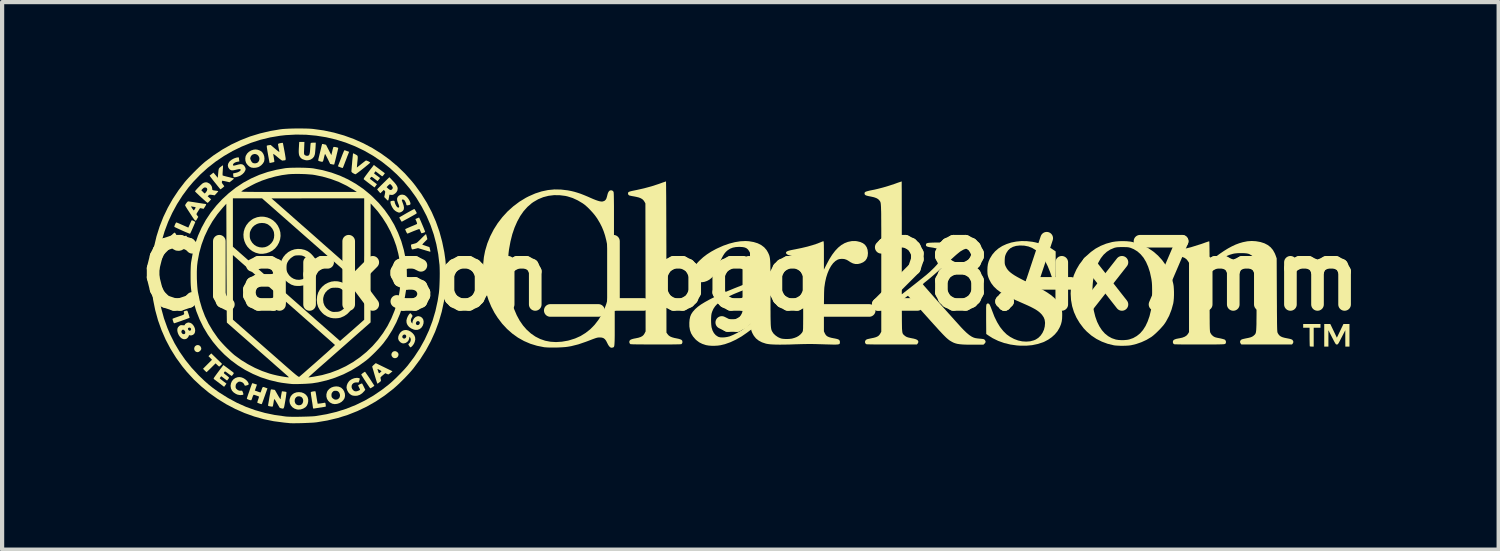
<source format=kicad_pcb>
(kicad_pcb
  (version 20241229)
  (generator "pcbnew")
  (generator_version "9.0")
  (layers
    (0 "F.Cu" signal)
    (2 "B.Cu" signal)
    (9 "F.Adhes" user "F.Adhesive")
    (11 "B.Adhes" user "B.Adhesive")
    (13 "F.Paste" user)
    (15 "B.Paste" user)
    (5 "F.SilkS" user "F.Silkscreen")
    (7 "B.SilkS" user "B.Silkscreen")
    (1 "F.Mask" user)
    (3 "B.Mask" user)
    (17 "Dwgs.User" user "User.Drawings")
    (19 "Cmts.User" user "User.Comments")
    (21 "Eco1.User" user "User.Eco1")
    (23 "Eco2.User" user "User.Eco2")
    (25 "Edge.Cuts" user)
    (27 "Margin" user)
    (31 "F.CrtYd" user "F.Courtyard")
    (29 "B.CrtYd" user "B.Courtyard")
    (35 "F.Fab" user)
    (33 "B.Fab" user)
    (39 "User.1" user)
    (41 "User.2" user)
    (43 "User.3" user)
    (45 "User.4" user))
  (footprint "Clarkson_Logo_28.4x7mm"
    (layer "F.Cu")
    (at 14.764 3.499)
    (property "Reference" "Clarkson_Logo_28.4x7mm" (at 0 0 0) (layer "F.SilkS") (effects (font (size 1.5 1.5) (thickness 0.3))))
    (attr board_only exclude_from_pos_files exclude_from_bom)
    (fp_poly (pts (xy -13.083 1.651) (xy -13.057 1.672) (xy -13.04 1.703) (xy -13.035 1.734) (xy -13.041 1.751) (xy -13.056 1.773) (xy -13.065 1.783) (xy -13.095 1.805) (xy -13.124 1.812) (xy -13.157 1.804) (xy -13.184 1.785) (xy -13.2 1.755) (xy -13.204 1.722) (xy -13.195 1.689) (xy -13.179 1.667) (xy -13.148 1.647) (xy -13.114 1.642)) (stroke (width 0) (type solid)) (fill yes) (layer "F.SilkS"))
    (fp_poly (pts (xy -8.396 1.8) (xy -8.381 1.811) (xy -8.362 1.833) (xy -8.354 1.856) (xy -8.353 1.871) (xy -8.361 1.906) (xy -8.381 1.933) (xy -8.409 1.95) (xy -8.441 1.955) (xy -8.473 1.947) (xy -8.492 1.934) (xy -8.516 1.902) (xy -8.522 1.867) (xy -8.516 1.84) (xy -8.495 1.808) (xy -8.465 1.791) (xy -8.431 1.787)) (stroke (width 0) (type solid)) (fill yes) (layer "F.SilkS"))
    (fp_poly (pts (xy 13.535 1.188) (xy 13.535 1.232) (xy 13.455 1.232) (xy 13.374 1.232) (xy 13.374 1.456) (xy 13.374 1.679) (xy 13.331 1.679) (xy 13.305 1.678) (xy 13.286 1.675) (xy 13.282 1.673) (xy 13.28 1.663) (xy 13.279 1.637) (xy 13.278 1.599) (xy 13.277 1.55) (xy 13.276 1.494) (xy 13.276 1.45) (xy 13.276 1.232) (xy 13.2 1.232) (xy 13.124 1.232) (xy 13.124 1.188) (xy 13.124 1.143) (xy 13.33 1.143) (xy 13.535 1.143)) (stroke (width 0) (type solid)) (fill yes) (layer "F.SilkS"))
    (fp_poly (pts (xy -12.67 1.966) (xy -12.541 2.091) (xy -12.571 2.122) (xy -12.59 2.14) (xy -12.605 2.151) (xy -12.61 2.152) (xy -12.621 2.147) (xy -12.639 2.131) (xy -12.657 2.115) (xy -12.696 2.077) (xy -12.801 2.182) (xy -12.836 2.216) (xy -12.867 2.246) (xy -12.891 2.269) (xy -12.906 2.283) (xy -12.91 2.286) (xy -12.919 2.28) (xy -12.935 2.265) (xy -12.955 2.246) (xy -12.994 2.206) (xy -12.888 2.099) (xy -12.781 1.992) (xy -12.823 1.949) (xy -12.865 1.906) (xy -12.832 1.874) (xy -12.798 1.841)) (stroke (width 0) (type solid)) (fill yes) (layer "F.SilkS"))
    (fp_poly (pts (xy -9.625 -2.98) (xy -9.602 -2.973) (xy -9.578 -2.964) (xy -9.526 -2.945) (xy -9.544 -2.899) (xy -9.553 -2.875) (xy -9.568 -2.839) (xy -9.585 -2.793) (xy -9.604 -2.743) (xy -9.617 -2.711) (xy -9.635 -2.663) (xy -9.651 -2.622) (xy -9.664 -2.589) (xy -9.673 -2.568) (xy -9.676 -2.562) (xy -9.686 -2.562) (xy -9.708 -2.568) (xy -9.737 -2.578) (xy -9.792 -2.601) (xy -9.781 -2.629) (xy -9.774 -2.646) (xy -9.762 -2.677) (xy -9.746 -2.718) (xy -9.728 -2.766) (xy -9.708 -2.818) (xy -9.707 -2.82) (xy -9.688 -2.87) (xy -9.67 -2.914) (xy -9.655 -2.949) (xy -9.644 -2.973) (xy -9.638 -2.983) (xy -9.638 -2.983)) (stroke (width 0) (type solid)) (fill yes) (layer "F.SilkS"))
    (fp_poly (pts (xy -9.142 2.284) (xy -9.128 2.304) (xy -9.108 2.333) (xy -9.083 2.369) (xy -9.055 2.41) (xy -9.027 2.453) (xy -8.999 2.496) (xy -8.974 2.535) (xy -8.952 2.569) (xy -8.936 2.594) (xy -8.928 2.609) (xy -8.927 2.611) (xy -8.944 2.623) (xy -8.967 2.639) (xy -8.991 2.654) (xy -9.011 2.665) (xy -9.022 2.67) (xy -9.022 2.67) (xy -9.029 2.663) (xy -9.044 2.643) (xy -9.065 2.612) (xy -9.092 2.573) (xy -9.122 2.528) (xy -9.132 2.512) (xy -9.163 2.465) (xy -9.19 2.422) (xy -9.213 2.386) (xy -9.229 2.36) (xy -9.237 2.346) (xy -9.237 2.344) (xy -9.232 2.335) (xy -9.216 2.321) (xy -9.194 2.304) (xy -9.172 2.289) (xy -9.155 2.279) (xy -9.148 2.277)) (stroke (width 0) (type solid)) (fill yes) (layer "F.SilkS"))
    (fp_poly (pts (xy -7.972 -1.582) (xy -7.959 -1.564) (xy -7.944 -1.539) (xy -7.929 -1.512) (xy -7.922 -1.495) (xy -7.923 -1.485) (xy -7.929 -1.478) (xy -7.932 -1.476) (xy -7.945 -1.468) (xy -7.97 -1.453) (xy -8.004 -1.434) (xy -8.045 -1.411) (xy -8.09 -1.386) (xy -8.135 -1.361) (xy -8.178 -1.338) (xy -8.217 -1.317) (xy -8.248 -1.3) (xy -8.269 -1.289) (xy -8.277 -1.286) (xy -8.284 -1.293) (xy -8.296 -1.312) (xy -8.308 -1.333) (xy -8.322 -1.359) (xy -8.332 -1.378) (xy -8.335 -1.386) (xy -8.328 -1.391) (xy -8.309 -1.403) (xy -8.278 -1.421) (xy -8.24 -1.443) (xy -8.197 -1.468) (xy -8.152 -1.494) (xy -8.107 -1.519) (xy -8.064 -1.543) (xy -8.027 -1.563) (xy -7.999 -1.578) (xy -7.98 -1.587) (xy -7.979 -1.588)) (stroke (width 0) (type solid)) (fill yes) (layer "F.SilkS"))
    (fp_poly (pts (xy 13.846 1.305) (xy 13.924 1.468) (xy 14.002 1.305) (xy 14.08 1.143) (xy 14.151 1.143) (xy 14.223 1.143) (xy 14.223 1.411) (xy 14.223 1.679) (xy 14.174 1.679) (xy 14.125 1.679) (xy 14.124 1.485) (xy 14.124 1.291) (xy 14.037 1.46) (xy 14.008 1.516) (xy 13.986 1.559) (xy 13.97 1.589) (xy 13.957 1.609) (xy 13.947 1.621) (xy 13.938 1.627) (xy 13.93 1.63) (xy 13.924 1.63) (xy 13.914 1.629) (xy 13.906 1.626) (xy 13.897 1.618) (xy 13.887 1.604) (xy 13.873 1.58) (xy 13.855 1.547) (xy 13.831 1.5) (xy 13.81 1.46) (xy 13.723 1.291) (xy 13.723 1.485) (xy 13.723 1.679) (xy 13.673 1.679) (xy 13.624 1.679) (xy 13.624 1.411) (xy 13.624 1.143) (xy 13.696 1.143) (xy 13.768 1.143)) (stroke (width 0) (type solid)) (fill yes) (layer "F.SilkS"))
    (fp_poly (pts (xy -13.37 0.826) (xy -13.367 0.828) (xy -13.359 0.844) (xy -13.35 0.87) (xy -13.339 0.902) (xy -13.328 0.935) (xy -13.32 0.964) (xy -13.314 0.986) (xy -13.313 0.996) (xy -13.323 1) (xy -13.347 1.009) (xy -13.381 1.022) (xy -13.423 1.038) (xy -13.47 1.054) (xy -13.518 1.072) (xy -13.565 1.088) (xy -13.608 1.103) (xy -13.643 1.115) (xy -13.667 1.123) (xy -13.678 1.125) (xy -13.689 1.118) (xy -13.691 1.114) (xy -13.707 1.071) (xy -13.715 1.042) (xy -13.718 1.025) (xy -13.716 1.018) (xy -13.706 1.013) (xy -13.681 1.003) (xy -13.646 0.99) (xy -13.603 0.975) (xy -13.572 0.964) (xy -13.521 0.947) (xy -13.485 0.934) (xy -13.461 0.923) (xy -13.447 0.914) (xy -13.442 0.904) (xy -13.443 0.89) (xy -13.447 0.873) (xy -13.451 0.861) (xy -13.452 0.849) (xy -13.443 0.841) (xy -13.422 0.833) (xy -13.414 0.831) (xy -13.385 0.824)) (stroke (width 0) (type solid)) (fill yes) (layer "F.SilkS"))
    (fp_poly (pts (xy -13.253 -1.319) (xy -13.234 -1.312) (xy -13.211 -1.301) (xy -13.191 -1.29) (xy -13.179 -1.282) (xy -13.178 -1.279) (xy -13.181 -1.269) (xy -13.191 -1.245) (xy -13.205 -1.212) (xy -13.222 -1.173) (xy -13.24 -1.132) (xy -13.258 -1.091) (xy -13.275 -1.053) (xy -13.289 -1.024) (xy -13.299 -1.005) (xy -13.302 -0.999) (xy -13.311 -1.001) (xy -13.334 -1.01) (xy -13.369 -1.024) (xy -13.413 -1.042) (xy -13.463 -1.064) (xy -13.488 -1.075) (xy -13.54 -1.099) (xy -13.588 -1.121) (xy -13.627 -1.139) (xy -13.656 -1.153) (xy -13.672 -1.161) (xy -13.674 -1.163) (xy -13.675 -1.174) (xy -13.668 -1.196) (xy -13.658 -1.221) (xy -13.646 -1.245) (xy -13.635 -1.263) (xy -13.628 -1.268) (xy -13.617 -1.265) (xy -13.592 -1.255) (xy -13.557 -1.241) (xy -13.515 -1.222) (xy -13.481 -1.207) (xy -13.343 -1.146) (xy -13.305 -1.231) (xy -13.289 -1.267) (xy -13.276 -1.296) (xy -13.266 -1.314) (xy -13.263 -1.32)) (stroke (width 0) (type solid)) (fill yes) (layer "F.SilkS"))
    (fp_poly (pts (xy -10.653 2.767) (xy -10.597 2.789) (xy -10.551 2.823) (xy -10.517 2.868) (xy -10.51 2.884) (xy -10.497 2.933) (xy -10.498 2.986) (xy -10.509 3.038) (xy -10.531 3.084) (xy -10.562 3.119) (xy -10.565 3.121) (xy -10.617 3.152) (xy -10.676 3.171) (xy -10.735 3.175) (xy -10.766 3.171) (xy -10.824 3.151) (xy -10.872 3.119) (xy -10.909 3.076) (xy -10.933 3.026) (xy -10.939 2.985) (xy -10.817 2.985) (xy -10.804 3.025) (xy -10.778 3.054) (xy -10.741 3.07) (xy -10.719 3.072) (xy -10.69 3.069) (xy -10.666 3.061) (xy -10.661 3.058) (xy -10.634 3.03) (xy -10.619 2.994) (xy -10.616 2.955) (xy -10.625 2.918) (xy -10.646 2.887) (xy -10.668 2.871) (xy -10.709 2.859) (xy -10.747 2.861) (xy -10.78 2.878) (xy -10.804 2.906) (xy -10.817 2.945) (xy -10.817 2.985) (xy -10.939 2.985) (xy -10.942 2.971) (xy -10.937 2.925) (xy -10.916 2.867) (xy -10.881 2.821) (xy -10.835 2.787) (xy -10.778 2.766) (xy -10.718 2.76)) (stroke (width 0) (type solid)) (fill yes) (layer "F.SilkS"))
    (fp_poly (pts (xy -10.593 -3.034) (xy -10.595 -2.98) (xy -10.597 -2.94) (xy -10.596 -2.913) (xy -10.595 -2.896) (xy -10.591 -2.884) (xy -10.586 -2.876) (xy -10.578 -2.868) (xy -10.549 -2.852) (xy -10.514 -2.85) (xy -10.494 -2.855) (xy -10.48 -2.865) (xy -10.468 -2.885) (xy -10.46 -2.917) (xy -10.454 -2.963) (xy -10.45 -3.019) (xy -10.447 -3.063) (xy -10.444 -3.101) (xy -10.441 -3.13) (xy -10.439 -3.146) (xy -10.439 -3.146) (xy -10.434 -3.155) (xy -10.42 -3.159) (xy -10.396 -3.161) (xy -10.376 -3.162) (xy -10.317 -3.162) (xy -10.323 -3.048) (xy -10.327 -2.999) (xy -10.331 -2.952) (xy -10.335 -2.912) (xy -10.339 -2.886) (xy -10.357 -2.834) (xy -10.39 -2.793) (xy -10.434 -2.764) (xy -10.456 -2.755) (xy -10.496 -2.746) (xy -10.53 -2.743) (xy -10.566 -2.748) (xy -10.591 -2.755) (xy -10.638 -2.772) (xy -10.673 -2.798) (xy -10.699 -2.835) (xy -10.702 -2.84) (xy -10.711 -2.862) (xy -10.717 -2.888) (xy -10.721 -2.921) (xy -10.722 -2.962) (xy -10.72 -3.015) (xy -10.716 -3.084) (xy -10.716 -3.092) (xy -10.71 -3.179) (xy -10.649 -3.179) (xy -10.587 -3.179)) (stroke (width 0) (type solid)) (fill yes) (layer "F.SilkS"))
    (fp_poly (pts (xy -9.775 2.63) (xy -9.723 2.651) (xy -9.708 2.661) (xy -9.67 2.698) (xy -9.643 2.745) (xy -9.626 2.798) (xy -9.623 2.852) (xy -9.634 2.902) (xy -9.635 2.905) (xy -9.664 2.952) (xy -9.706 2.992) (xy -9.756 3.021) (xy -9.812 3.039) (xy -9.869 3.045) (xy -9.923 3.035) (xy -9.929 3.033) (xy -9.982 3.005) (xy -10.022 2.966) (xy -10.051 2.919) (xy -10.065 2.866) (xy -10.065 2.832) (xy -9.945 2.832) (xy -9.943 2.862) (xy -9.936 2.883) (xy -9.919 2.903) (xy -9.914 2.908) (xy -9.879 2.932) (xy -9.84 2.94) (xy -9.802 2.932) (xy -9.776 2.915) (xy -9.752 2.885) (xy -9.742 2.847) (xy -9.746 2.807) (xy -9.763 2.77) (xy -9.781 2.75) (xy -9.801 2.736) (xy -9.826 2.729) (xy -9.848 2.728) (xy -9.877 2.73) (xy -9.897 2.737) (xy -9.914 2.753) (xy -9.919 2.758) (xy -9.935 2.78) (xy -9.943 2.803) (xy -9.945 2.832) (xy -10.065 2.832) (xy -10.065 2.811) (xy -10.05 2.756) (xy -10.032 2.723) (xy -9.993 2.681) (xy -9.945 2.65) (xy -9.89 2.631) (xy -9.832 2.624)) (stroke (width 0) (type solid)) (fill yes) (layer "F.SilkS"))
    (fp_poly (pts (xy -7.86 -1.377) (xy -7.85 -1.355) (xy -7.835 -1.323) (xy -7.818 -1.284) (xy -7.799 -1.239) (xy -7.78 -1.194) (xy -7.761 -1.149) (xy -7.745 -1.109) (xy -7.732 -1.076) (xy -7.723 -1.053) (xy -7.721 -1.044) (xy -7.729 -1.037) (xy -7.747 -1.028) (xy -7.771 -1.02) (xy -7.793 -1.014) (xy -7.807 -1.012) (xy -7.809 -1.013) (xy -7.816 -1.023) (xy -7.826 -1.045) (xy -7.832 -1.06) (xy -7.843 -1.086) (xy -7.852 -1.105) (xy -7.855 -1.11) (xy -7.865 -1.11) (xy -7.891 -1.102) (xy -7.932 -1.087) (xy -7.989 -1.065) (xy -8.062 -1.035) (xy -8.138 -1.003) (xy -8.148 -1.008) (xy -8.161 -1.028) (xy -8.172 -1.05) (xy -8.184 -1.077) (xy -8.192 -1.098) (xy -8.194 -1.107) (xy -8.186 -1.113) (xy -8.165 -1.123) (xy -8.132 -1.138) (xy -8.091 -1.156) (xy -8.058 -1.17) (xy -8.012 -1.189) (xy -7.971 -1.206) (xy -7.94 -1.22) (xy -7.919 -1.23) (xy -7.914 -1.233) (xy -7.913 -1.245) (xy -7.919 -1.268) (xy -7.929 -1.295) (xy -7.953 -1.349) (xy -7.912 -1.367) (xy -7.887 -1.377) (xy -7.869 -1.383) (xy -7.865 -1.384)) (stroke (width 0) (type solid)) (fill yes) (layer "F.SilkS"))
    (fp_poly (pts (xy -7.697 -0.981) (xy -7.69 -0.958) (xy -7.682 -0.929) (xy -7.668 -0.871) (xy -7.732 -0.806) (xy -7.761 -0.776) (xy -7.778 -0.757) (xy -7.786 -0.745) (xy -7.785 -0.738) (xy -7.779 -0.736) (xy -7.762 -0.731) (xy -7.734 -0.722) (xy -7.7 -0.71) (xy -7.69 -0.707) (xy -7.619 -0.683) (xy -7.608 -0.639) (xy -7.599 -0.603) (xy -7.596 -0.582) (xy -7.599 -0.573) (xy -7.603 -0.573) (xy -7.613 -0.575) (xy -7.637 -0.583) (xy -7.673 -0.593) (xy -7.717 -0.606) (xy -7.75 -0.616) (xy -7.89 -0.659) (xy -7.958 -0.642) (xy -7.991 -0.634) (xy -8.017 -0.629) (xy -8.031 -0.629) (xy -8.032 -0.629) (xy -8.039 -0.64) (xy -8.046 -0.663) (xy -8.052 -0.69) (xy -8.056 -0.716) (xy -8.056 -0.735) (xy -8.054 -0.741) (xy -8.043 -0.746) (xy -8.018 -0.754) (xy -7.987 -0.762) (xy -7.984 -0.763) (xy -7.961 -0.769) (xy -7.943 -0.775) (xy -7.926 -0.783) (xy -7.907 -0.796) (xy -7.885 -0.816) (xy -7.856 -0.843) (xy -7.818 -0.881) (xy -7.813 -0.886) (xy -7.777 -0.922) (xy -7.746 -0.952) (xy -7.721 -0.974) (xy -7.705 -0.988) (xy -7.7 -0.991)) (stroke (width 0) (type solid)) (fill yes) (layer "F.SilkS"))
    (fp_poly (pts (xy -10.33 2.741) (xy -10.323 2.746) (xy -10.321 2.758) (xy -10.316 2.784) (xy -10.309 2.822) (xy -10.302 2.867) (xy -10.298 2.893) (xy -10.29 2.94) (xy -10.283 2.981) (xy -10.277 3.012) (xy -10.273 3.03) (xy -10.272 3.034) (xy -10.262 3.035) (xy -10.237 3.032) (xy -10.203 3.028) (xy -10.162 3.022) (xy -10.118 3.014) (xy -10.113 3.013) (xy -10.099 3.012) (xy -10.091 3.017) (xy -10.086 3.033) (xy -10.083 3.054) (xy -10.08 3.081) (xy -10.08 3.099) (xy -10.08 3.104) (xy -10.09 3.106) (xy -10.114 3.111) (xy -10.149 3.117) (xy -10.192 3.124) (xy -10.204 3.125) (xy -10.251 3.133) (xy -10.294 3.139) (xy -10.329 3.145) (xy -10.351 3.148) (xy -10.353 3.149) (xy -10.375 3.15) (xy -10.382 3.143) (xy -10.383 3.142) (xy -10.384 3.13) (xy -10.388 3.103) (xy -10.393 3.064) (xy -10.4 3.017) (xy -10.409 2.964) (xy -10.409 2.961) (xy -10.417 2.907) (xy -10.425 2.858) (xy -10.431 2.817) (xy -10.434 2.787) (xy -10.436 2.772) (xy -10.436 2.772) (xy -10.434 2.761) (xy -10.424 2.754) (xy -10.403 2.748) (xy -10.382 2.744) (xy -10.348 2.74)) (stroke (width 0) (type solid)) (fill yes) (layer "F.SilkS"))
    (fp_poly (pts (xy -12.087 2.409) (xy -12.04 2.426) (xy -11.996 2.452) (xy -11.958 2.484) (xy -11.929 2.519) (xy -11.912 2.556) (xy -11.91 2.575) (xy -11.918 2.585) (xy -11.94 2.595) (xy -11.949 2.598) (xy -11.979 2.605) (xy -11.997 2.607) (xy -12.005 2.602) (xy -12.01 2.591) (xy -12.011 2.588) (xy -12.027 2.558) (xy -12.055 2.532) (xy -12.091 2.516) (xy -12.109 2.512) (xy -12.135 2.511) (xy -12.153 2.516) (xy -12.173 2.53) (xy -12.182 2.538) (xy -12.204 2.561) (xy -12.215 2.584) (xy -12.22 2.613) (xy -12.221 2.643) (xy -12.216 2.663) (xy -12.203 2.683) (xy -12.2 2.686) (xy -12.166 2.714) (xy -12.123 2.727) (xy -12.092 2.726) (xy -12.074 2.725) (xy -12.064 2.732) (xy -12.054 2.749) (xy -12.05 2.761) (xy -12.039 2.792) (xy -12.036 2.81) (xy -12.041 2.82) (xy -12.054 2.825) (xy -12.055 2.826) (xy -12.111 2.831) (xy -12.17 2.821) (xy -12.212 2.804) (xy -12.267 2.768) (xy -12.307 2.725) (xy -12.331 2.673) (xy -12.34 2.613) (xy -12.34 2.61) (xy -12.331 2.552) (xy -12.308 2.5) (xy -12.272 2.457) (xy -12.226 2.425) (xy -12.171 2.406) (xy -12.132 2.403)) (stroke (width 0) (type solid)) (fill yes) (layer "F.SilkS"))
    (fp_poly (pts (xy -11.7 -2.995) (xy -11.653 -2.979) (xy -11.612 -2.956) (xy -11.591 -2.937) (xy -11.561 -2.893) (xy -11.542 -2.84) (xy -11.535 -2.784) (xy -11.541 -2.731) (xy -11.548 -2.708) (xy -11.573 -2.667) (xy -11.61 -2.627) (xy -11.654 -2.596) (xy -11.684 -2.581) (xy -11.737 -2.568) (xy -11.794 -2.564) (xy -11.846 -2.571) (xy -11.852 -2.573) (xy -11.885 -2.589) (xy -11.92 -2.617) (xy -11.951 -2.651) (xy -11.972 -2.684) (xy -11.988 -2.734) (xy -11.991 -2.789) (xy -11.991 -2.79) (xy -11.874 -2.79) (xy -11.868 -2.764) (xy -11.854 -2.732) (xy -11.837 -2.704) (xy -11.819 -2.685) (xy -11.789 -2.673) (xy -11.753 -2.671) (xy -11.717 -2.679) (xy -11.704 -2.686) (xy -11.683 -2.704) (xy -11.666 -2.73) (xy -11.664 -2.735) (xy -11.655 -2.777) (xy -11.661 -2.815) (xy -11.679 -2.849) (xy -11.706 -2.875) (xy -11.74 -2.89) (xy -11.777 -2.893) (xy -11.816 -2.881) (xy -11.821 -2.878) (xy -11.845 -2.857) (xy -11.864 -2.827) (xy -11.873 -2.796) (xy -11.874 -2.79) (xy -11.991 -2.79) (xy -11.982 -2.842) (xy -11.977 -2.853) (xy -11.947 -2.904) (xy -11.904 -2.946) (xy -11.851 -2.977) (xy -11.792 -2.996) (xy -11.746 -3.001)) (stroke (width 0) (type solid)) (fill yes) (layer "F.SilkS"))
    (fp_poly (pts (xy -8.694 2.169) (xy -8.496 2.265) (xy -8.541 2.303) (xy -8.565 2.322) (xy -8.585 2.335) (xy -8.595 2.34) (xy -8.609 2.336) (xy -8.631 2.327) (xy -8.635 2.325) (xy -8.666 2.31) (xy -8.726 2.359) (xy -8.756 2.385) (xy -8.774 2.403) (xy -8.781 2.417) (xy -8.781 2.425) (xy -8.773 2.46) (xy -8.77 2.482) (xy -8.773 2.497) (xy -8.784 2.51) (xy -8.803 2.525) (xy -8.806 2.527) (xy -8.829 2.545) (xy -8.847 2.557) (xy -8.853 2.561) (xy -8.857 2.553) (xy -8.866 2.531) (xy -8.877 2.496) (xy -8.891 2.451) (xy -8.907 2.398) (xy -8.917 2.364) (xy -8.934 2.307) (xy -8.948 2.256) (xy -8.961 2.213) (xy -8.962 2.21) (xy -8.853 2.21) (xy -8.851 2.219) (xy -8.844 2.244) (xy -8.831 2.281) (xy -8.824 2.302) (xy -8.816 2.312) (xy -8.804 2.309) (xy -8.784 2.291) (xy -8.78 2.287) (xy -8.756 2.262) (xy -8.803 2.234) (xy -8.828 2.22) (xy -8.846 2.212) (xy -8.853 2.21) (xy -8.962 2.21) (xy -8.971 2.18) (xy -8.976 2.16) (xy -8.978 2.156) (xy -8.973 2.146) (xy -8.958 2.129) (xy -8.937 2.11) (xy -8.893 2.072)) (stroke (width 0) (type solid)) (fill yes) (layer "F.SilkS"))
    (fp_poly (pts (xy -13.657 -1.02) (xy -13.643 -1) (xy -13.633 -0.982) (xy -13.622 -0.957) (xy -13.617 -0.942) (xy -13.62 -0.933) (xy -13.629 -0.925) (xy -13.645 -0.914) (xy -13.652 -0.911) (xy -13.661 -0.903) (xy -13.671 -0.883) (xy -13.68 -0.857) (xy -13.686 -0.832) (xy -13.687 -0.819) (xy -13.679 -0.783) (xy -13.657 -0.752) (xy -13.626 -0.73) (xy -13.588 -0.718) (xy -13.548 -0.718) (xy -13.517 -0.728) (xy -13.488 -0.753) (xy -13.47 -0.788) (xy -13.466 -0.833) (xy -13.474 -0.882) (xy -13.476 -0.889) (xy -13.477 -0.902) (xy -13.467 -0.914) (xy -13.443 -0.931) (xy -13.443 -0.931) (xy -13.42 -0.945) (xy -13.402 -0.954) (xy -13.397 -0.956) (xy -13.388 -0.948) (xy -13.378 -0.927) (xy -13.368 -0.899) (xy -13.36 -0.869) (xy -13.357 -0.842) (xy -13.357 -0.838) (xy -13.364 -0.774) (xy -13.385 -0.717) (xy -13.417 -0.669) (xy -13.459 -0.631) (xy -13.508 -0.606) (xy -13.563 -0.594) (xy -13.621 -0.598) (xy -13.651 -0.606) (xy -13.704 -0.634) (xy -13.745 -0.672) (xy -13.774 -0.719) (xy -13.79 -0.772) (xy -13.793 -0.828) (xy -13.783 -0.885) (xy -13.758 -0.939) (xy -13.724 -0.983) (xy -13.7 -1.005) (xy -13.68 -1.021) (xy -13.668 -1.027)) (stroke (width 0) (type solid)) (fill yes) (layer "F.SilkS"))
    (fp_poly (pts (xy -8.119 1.296) (xy -8.065 1.323) (xy -8.021 1.358) (xy -7.982 1.404) (xy -7.96 1.455) (xy -7.955 1.51) (xy -7.968 1.568) (xy -7.986 1.609) (xy -8.005 1.639) (xy -8.028 1.667) (xy -8.05 1.687) (xy -8.067 1.697) (xy -8.07 1.697) (xy -8.079 1.69) (xy -8.093 1.672) (xy -8.101 1.66) (xy -8.115 1.637) (xy -8.119 1.624) (xy -8.116 1.616) (xy -8.109 1.611) (xy -8.082 1.582) (xy -8.066 1.547) (xy -8.061 1.51) (xy -8.069 1.477) (xy -8.077 1.464) (xy -8.093 1.444) (xy -8.098 1.481) (xy -8.113 1.528) (xy -8.143 1.566) (xy -8.183 1.592) (xy -8.228 1.604) (xy -8.269 1.599) (xy -8.308 1.577) (xy -8.311 1.574) (xy -8.345 1.537) (xy -8.361 1.494) (xy -8.359 1.447) (xy -8.357 1.439) (xy -8.264 1.439) (xy -8.261 1.461) (xy -8.251 1.475) (xy -8.228 1.49) (xy -8.204 1.487) (xy -8.185 1.474) (xy -8.17 1.45) (xy -8.171 1.424) (xy -8.177 1.411) (xy -8.193 1.396) (xy -8.216 1.393) (xy -8.239 1.401) (xy -8.252 1.413) (xy -8.264 1.439) (xy -8.357 1.439) (xy -8.343 1.398) (xy -8.31 1.346) (xy -8.27 1.31) (xy -8.224 1.29) (xy -8.173 1.285)) (stroke (width 0) (type solid)) (fill yes) (layer "F.SilkS"))
    (fp_poly (pts (xy -8.053 0.904) (xy -8.031 0.928) (xy -8.022 0.948) (xy -8.026 0.968) (xy -8.038 0.988) (xy -8.056 1.026) (xy -8.061 1.065) (xy -8.051 1.099) (xy -8.037 1.117) (xy -8.023 1.129) (xy -8.019 1.127) (xy -8.02 1.124) (xy -8.021 1.117) (xy -7.94 1.117) (xy -7.939 1.142) (xy -7.925 1.16) (xy -7.905 1.169) (xy -7.882 1.167) (xy -7.862 1.152) (xy -7.86 1.15) (xy -7.847 1.121) (xy -7.852 1.096) (xy -7.86 1.086) (xy -7.883 1.073) (xy -7.907 1.076) (xy -7.928 1.091) (xy -7.94 1.117) (xy -8.021 1.117) (xy -8.022 1.101) (xy -8.015 1.07) (xy -8.001 1.038) (xy -7.984 1.01) (xy -7.983 1.009) (xy -7.946 0.975) (xy -7.905 0.959) (xy -7.871 0.958) (xy -7.825 0.972) (xy -7.79 0.999) (xy -7.767 1.035) (xy -7.757 1.079) (xy -7.76 1.129) (xy -7.778 1.182) (xy -7.78 1.187) (xy -7.812 1.233) (xy -7.854 1.265) (xy -7.903 1.282) (xy -7.957 1.283) (xy -7.993 1.274) (xy -8.055 1.247) (xy -8.104 1.211) (xy -8.14 1.167) (xy -8.161 1.118) (xy -8.165 1.066) (xy -8.163 1.05) (xy -8.151 1.004) (xy -8.131 0.958) (xy -8.107 0.919) (xy -8.098 0.909) (xy -8.075 0.884)) (stroke (width 0) (type solid)) (fill yes) (layer "F.SilkS"))
    (fp_poly (pts (xy -9.33 2.422) (xy -9.302 2.426) (xy -9.282 2.431) (xy -9.275 2.434) (xy -9.274 2.447) (xy -9.279 2.471) (xy -9.284 2.487) (xy -9.301 2.532) (xy -9.344 2.529) (xy -9.389 2.532) (xy -9.426 2.549) (xy -9.452 2.575) (xy -9.466 2.608) (xy -9.467 2.645) (xy -9.454 2.683) (xy -9.431 2.712) (xy -9.408 2.732) (xy -9.385 2.74) (xy -9.364 2.742) (xy -9.34 2.739) (xy -9.313 2.73) (xy -9.288 2.719) (xy -9.27 2.708) (xy -9.266 2.701) (xy -9.27 2.691) (xy -9.279 2.671) (xy -9.288 2.653) (xy -9.301 2.627) (xy -9.309 2.607) (xy -9.311 2.601) (xy -9.303 2.593) (xy -9.285 2.582) (xy -9.262 2.57) (xy -9.24 2.56) (xy -9.223 2.555) (xy -9.218 2.555) (xy -9.213 2.564) (xy -9.201 2.585) (xy -9.186 2.615) (xy -9.178 2.631) (xy -9.142 2.704) (xy -9.166 2.736) (xy -9.216 2.788) (xy -9.272 2.825) (xy -9.333 2.845) (xy -9.378 2.848) (xy -9.413 2.846) (xy -9.446 2.84) (xy -9.462 2.835) (xy -9.508 2.806) (xy -9.545 2.765) (xy -9.572 2.715) (xy -9.586 2.662) (xy -9.587 2.643) (xy -9.58 2.598) (xy -9.561 2.55) (xy -9.532 2.507) (xy -9.509 2.483) (xy -9.459 2.451) (xy -9.403 2.43) (xy -9.348 2.422)) (stroke (width 0) (type solid)) (fill yes) (layer "F.SilkS"))
    (fp_poly (pts (xy -8.492 -2.26) (xy -8.445 -2.21) (xy -8.412 -2.168) (xy -8.39 -2.133) (xy -8.377 -2.102) (xy -8.373 -2.072) (xy -8.373 -2.07) (xy -8.38 -2.027) (xy -8.401 -1.988) (xy -8.431 -1.957) (xy -8.467 -1.932) (xy -8.502 -1.921) (xy -8.538 -1.923) (xy -8.568 -1.928) (xy -8.579 -1.868) (xy -8.587 -1.826) (xy -8.593 -1.8) (xy -8.601 -1.789) (xy -8.611 -1.791) (xy -8.627 -1.804) (xy -8.646 -1.824) (xy -8.692 -1.871) (xy -8.678 -1.937) (xy -8.672 -1.97) (xy -8.669 -1.991) (xy -8.671 -2.004) (xy -8.678 -2.015) (xy -8.684 -2.021) (xy -8.703 -2.04) (xy -8.744 -2) (xy -8.784 -1.961) (xy -8.822 -2.005) (xy -8.841 -2.028) (xy -8.855 -2.046) (xy -8.86 -2.054) (xy -8.854 -2.061) (xy -8.836 -2.079) (xy -8.81 -2.106) (xy -8.809 -2.107) (xy -8.636 -2.107) (xy -8.599 -2.071) (xy -8.568 -2.047) (xy -8.543 -2.038) (xy -8.521 -2.043) (xy -8.507 -2.054) (xy -8.493 -2.075) (xy -8.489 -2.092) (xy -8.494 -2.11) (xy -8.508 -2.134) (xy -8.525 -2.156) (xy -8.543 -2.173) (xy -8.555 -2.179) (xy -8.567 -2.173) (xy -8.586 -2.158) (xy -8.601 -2.143) (xy -8.636 -2.107) (xy -8.809 -2.107) (xy -8.776 -2.14) (xy -8.737 -2.178) (xy -8.715 -2.2) (xy -8.57 -2.342)) (stroke (width 0) (type solid)) (fill yes) (layer "F.SilkS"))
    (fp_poly (pts (xy -8.808 -2.534) (xy -8.677 -2.436) (xy -8.705 -2.397) (xy -8.723 -2.376) (xy -8.737 -2.365) (xy -8.743 -2.364) (xy -8.754 -2.372) (xy -8.775 -2.388) (xy -8.804 -2.41) (xy -8.825 -2.427) (xy -8.898 -2.483) (xy -8.917 -2.46) (xy -8.928 -2.442) (xy -8.932 -2.431) (xy -8.932 -2.43) (xy -8.923 -2.423) (xy -8.904 -2.408) (xy -8.877 -2.387) (xy -8.861 -2.376) (xy -8.831 -2.354) (xy -8.808 -2.336) (xy -8.795 -2.325) (xy -8.793 -2.322) (xy -8.798 -2.313) (xy -8.812 -2.296) (xy -8.822 -2.283) (xy -8.851 -2.249) (xy -8.913 -2.297) (xy -8.948 -2.324) (xy -8.972 -2.341) (xy -8.988 -2.35) (xy -8.998 -2.351) (xy -9.006 -2.345) (xy -9.014 -2.334) (xy -9.016 -2.332) (xy -9.034 -2.305) (xy -8.95 -2.24) (xy -8.866 -2.175) (xy -8.893 -2.137) (xy -8.909 -2.116) (xy -8.92 -2.102) (xy -8.923 -2.099) (xy -8.93 -2.104) (xy -8.949 -2.118) (xy -8.978 -2.139) (xy -9.014 -2.166) (xy -9.044 -2.189) (xy -9.085 -2.22) (xy -9.121 -2.248) (xy -9.15 -2.271) (xy -9.17 -2.286) (xy -9.176 -2.291) (xy -9.179 -2.296) (xy -9.179 -2.304) (xy -9.174 -2.315) (xy -9.165 -2.332) (xy -9.149 -2.355) (xy -9.126 -2.387) (xy -9.095 -2.428) (xy -9.055 -2.481) (xy -9.006 -2.546) (xy -8.998 -2.555) (xy -8.939 -2.632)) (stroke (width 0) (type solid)) (fill yes) (layer "F.SilkS"))
    (fp_poly (pts (xy -9.423 -2.907) (xy -9.403 -2.898) (xy -9.376 -2.884) (xy -9.374 -2.883) (xy -9.354 -2.872) (xy -9.339 -2.862) (xy -9.328 -2.852) (xy -9.323 -2.837) (xy -9.321 -2.816) (xy -9.322 -2.785) (xy -9.326 -2.742) (xy -9.332 -2.684) (xy -9.332 -2.682) (xy -9.336 -2.64) (xy -9.339 -2.605) (xy -9.341 -2.582) (xy -9.341 -2.572) (xy -9.341 -2.572) (xy -9.334 -2.577) (xy -9.316 -2.592) (xy -9.288 -2.614) (xy -9.254 -2.641) (xy -9.238 -2.654) (xy -9.201 -2.683) (xy -9.169 -2.708) (xy -9.144 -2.727) (xy -9.129 -2.738) (xy -9.126 -2.739) (xy -9.113 -2.737) (xy -9.091 -2.729) (xy -9.066 -2.718) (xy -9.043 -2.705) (xy -9.028 -2.694) (xy -9.025 -2.689) (xy -9.032 -2.681) (xy -9.05 -2.664) (xy -9.078 -2.64) (xy -9.114 -2.611) (xy -9.154 -2.578) (xy -9.197 -2.544) (xy -9.24 -2.51) (xy -9.28 -2.479) (xy -9.317 -2.451) (xy -9.346 -2.43) (xy -9.366 -2.416) (xy -9.374 -2.412) (xy -9.389 -2.416) (xy -9.412 -2.427) (xy -9.429 -2.436) (xy -9.456 -2.454) (xy -9.469 -2.47) (xy -9.471 -2.482) (xy -9.471 -2.498) (xy -9.468 -2.527) (xy -9.465 -2.567) (xy -9.461 -2.615) (xy -9.456 -2.667) (xy -9.452 -2.72) (xy -9.447 -2.773) (xy -9.442 -2.82) (xy -9.438 -2.861) (xy -9.435 -2.891) (xy -9.432 -2.907) (xy -9.432 -2.909)) (stroke (width 0) (type solid)) (fill yes) (layer "F.SilkS"))
    (fp_poly (pts (xy -10.156 -3.131) (xy -10.135 -3.127) (xy -10.119 -3.123) (xy -10.074 -3.112) (xy -10.011 -2.989) (xy -9.948 -2.866) (xy -9.927 -2.955) (xy -9.918 -2.994) (xy -9.909 -3.026) (xy -9.902 -3.049) (xy -9.899 -3.056) (xy -9.891 -3.061) (xy -9.874 -3.061) (xy -9.843 -3.056) (xy -9.838 -3.055) (xy -9.81 -3.048) (xy -9.79 -3.041) (xy -9.784 -3.036) (xy -9.786 -3.024) (xy -9.792 -2.998) (xy -9.8 -2.961) (xy -9.811 -2.917) (xy -9.823 -2.868) (xy -9.835 -2.817) (xy -9.848 -2.767) (xy -9.859 -2.722) (xy -9.869 -2.685) (xy -9.876 -2.657) (xy -9.881 -2.644) (xy -9.881 -2.643) (xy -9.892 -2.642) (xy -9.915 -2.645) (xy -9.931 -2.648) (xy -9.976 -2.658) (xy -10.033 -2.776) (xy -10.054 -2.817) (xy -10.072 -2.852) (xy -10.086 -2.878) (xy -10.095 -2.892) (xy -10.097 -2.894) (xy -10.101 -2.886) (xy -10.108 -2.864) (xy -10.117 -2.831) (xy -10.124 -2.8) (xy -10.134 -2.757) (xy -10.143 -2.729) (xy -10.152 -2.713) (xy -10.165 -2.708) (xy -10.185 -2.71) (xy -10.215 -2.718) (xy -10.217 -2.718) (xy -10.244 -2.726) (xy -10.257 -2.734) (xy -10.259 -2.745) (xy -10.259 -2.748) (xy -10.256 -2.764) (xy -10.25 -2.792) (xy -10.241 -2.83) (xy -10.23 -2.876) (xy -10.218 -2.925) (xy -10.206 -2.975) (xy -10.194 -3.023) (xy -10.184 -3.065) (xy -10.175 -3.1) (xy -10.169 -3.122) (xy -10.166 -3.131)) (stroke (width 0) (type solid)) (fill yes) (layer "F.SilkS"))
    (fp_poly (pts (xy -12.146 -2.811) (xy -12.142 -2.803) (xy -12.142 -2.799) (xy -12.14 -2.779) (xy -12.137 -2.752) (xy -12.136 -2.749) (xy -12.131 -2.716) (xy -12.171 -2.71) (xy -12.213 -2.7) (xy -12.248 -2.683) (xy -12.273 -2.662) (xy -12.283 -2.641) (xy -12.283 -2.627) (xy -12.276 -2.619) (xy -12.261 -2.617) (xy -12.235 -2.622) (xy -12.194 -2.632) (xy -12.184 -2.635) (xy -12.149 -2.644) (xy -12.116 -2.65) (xy -12.093 -2.652) (xy -12.093 -2.652) (xy -12.054 -2.644) (xy -12.021 -2.62) (xy -11.997 -2.583) (xy -11.994 -2.577) (xy -11.985 -2.551) (xy -11.983 -2.532) (xy -11.988 -2.512) (xy -11.994 -2.497) (xy -12.018 -2.455) (xy -12.057 -2.415) (xy -12.106 -2.381) (xy -12.129 -2.37) (xy -12.161 -2.358) (xy -12.196 -2.348) (xy -12.228 -2.342) (xy -12.254 -2.341) (xy -12.268 -2.345) (xy -12.269 -2.346) (xy -12.273 -2.359) (xy -12.276 -2.382) (xy -12.277 -2.393) (xy -12.28 -2.432) (xy -12.224 -2.444) (xy -12.178 -2.456) (xy -12.141 -2.473) (xy -12.114 -2.491) (xy -12.101 -2.51) (xy -12.102 -2.529) (xy -12.103 -2.529) (xy -12.116 -2.535) (xy -12.145 -2.533) (xy -12.188 -2.525) (xy -12.23 -2.515) (xy -12.28 -2.505) (xy -12.319 -2.506) (xy -12.35 -2.519) (xy -12.368 -2.535) (xy -12.395 -2.574) (xy -12.405 -2.617) (xy -12.398 -2.66) (xy -12.374 -2.703) (xy -12.357 -2.723) (xy -12.313 -2.758) (xy -12.26 -2.787) (xy -12.205 -2.806) (xy -12.184 -2.81) (xy -12.159 -2.813)) (stroke (width 0) (type solid)) (fill yes) (layer "F.SilkS"))
    (fp_poly (pts (xy -11.358 2.696) (xy -11.336 2.7) (xy -11.288 2.708) (xy -11.227 2.815) (xy -11.199 2.863) (xy -11.179 2.896) (xy -11.165 2.917) (xy -11.156 2.925) (xy -11.152 2.924) (xy -11.15 2.914) (xy -11.149 2.899) (xy -11.145 2.87) (xy -11.139 2.835) (xy -11.136 2.819) (xy -11.121 2.74) (xy -11.071 2.746) (xy -11.043 2.75) (xy -11.021 2.755) (xy -11.014 2.758) (xy -11.014 2.769) (xy -11.016 2.794) (xy -11.021 2.832) (xy -11.027 2.88) (xy -11.036 2.934) (xy -11.04 2.959) (xy -11.051 3.024) (xy -11.06 3.072) (xy -11.067 3.108) (xy -11.075 3.131) (xy -11.083 3.145) (xy -11.092 3.151) (xy -11.105 3.152) (xy -11.122 3.148) (xy -11.14 3.144) (xy -11.16 3.138) (xy -11.172 3.134) (xy -11.172 3.134) (xy -11.177 3.125) (xy -11.19 3.104) (xy -11.208 3.073) (xy -11.229 3.036) (xy -11.235 3.026) (xy -11.258 2.988) (xy -11.277 2.956) (xy -11.292 2.935) (xy -11.301 2.925) (xy -11.302 2.925) (xy -11.306 2.935) (xy -11.312 2.958) (xy -11.317 2.991) (xy -11.32 3.009) (xy -11.326 3.045) (xy -11.332 3.076) (xy -11.336 3.095) (xy -11.338 3.099) (xy -11.346 3.104) (xy -11.364 3.104) (xy -11.395 3.099) (xy -11.399 3.099) (xy -11.429 3.092) (xy -11.445 3.086) (xy -11.45 3.078) (xy -11.45 3.069) (xy -11.447 3.054) (xy -11.442 3.025) (xy -11.435 2.985) (xy -11.427 2.937) (xy -11.419 2.889) (xy -11.41 2.837) (xy -11.401 2.789) (xy -11.395 2.75) (xy -11.39 2.722) (xy -11.387 2.71) (xy -11.383 2.699) (xy -11.375 2.695)) (stroke (width 0) (type solid)) (fill yes) (layer "F.SilkS"))
    (fp_poly (pts (xy -8.223 -1.921) (xy -8.206 -1.915) (xy -8.175 -1.893) (xy -8.142 -1.86) (xy -8.112 -1.82) (xy -8.088 -1.777) (xy -8.073 -1.738) (xy -8.069 -1.714) (xy -8.072 -1.699) (xy -8.081 -1.689) (xy -8.104 -1.681) (xy -8.11 -1.68) (xy -8.141 -1.674) (xy -8.159 -1.676) (xy -8.167 -1.688) (xy -8.168 -1.695) (xy -8.172 -1.717) (xy -8.184 -1.745) (xy -8.199 -1.774) (xy -8.214 -1.796) (xy -8.216 -1.798) (xy -8.234 -1.809) (xy -8.254 -1.813) (xy -8.27 -1.809) (xy -8.275 -1.799) (xy -8.271 -1.785) (xy -8.263 -1.759) (xy -8.252 -1.73) (xy -8.231 -1.668) (xy -8.223 -1.616) (xy -8.229 -1.575) (xy -8.25 -1.543) (xy -8.284 -1.519) (xy -8.286 -1.518) (xy -8.315 -1.506) (xy -8.337 -1.502) (xy -8.359 -1.506) (xy -8.388 -1.519) (xy -8.398 -1.523) (xy -8.43 -1.543) (xy -8.459 -1.568) (xy -8.471 -1.581) (xy -8.496 -1.618) (xy -8.519 -1.661) (xy -8.536 -1.703) (xy -8.544 -1.739) (xy -8.544 -1.741) (xy -8.545 -1.76) (xy -8.539 -1.771) (xy -8.522 -1.777) (xy -8.508 -1.78) (xy -8.475 -1.784) (xy -8.454 -1.78) (xy -8.445 -1.767) (xy -8.444 -1.755) (xy -8.439 -1.73) (xy -8.426 -1.698) (xy -8.409 -1.665) (xy -8.39 -1.638) (xy -8.383 -1.631) (xy -8.363 -1.62) (xy -8.346 -1.623) (xy -8.337 -1.638) (xy -8.337 -1.643) (xy -8.341 -1.661) (xy -8.349 -1.689) (xy -8.359 -1.714) (xy -8.372 -1.749) (xy -8.383 -1.783) (xy -8.387 -1.802) (xy -8.386 -1.843) (xy -8.37 -1.878) (xy -8.343 -1.905) (xy -8.308 -1.923) (xy -8.266 -1.929)) (stroke (width 0) (type solid)) (fill yes) (layer "F.SilkS"))
    (fp_poly (pts (xy -11.099 -3.158) (xy -11.097 -3.149) (xy -11.092 -3.125) (xy -11.085 -3.088) (xy -11.076 -3.041) (xy -11.066 -2.987) (xy -11.06 -2.956) (xy -11.048 -2.89) (xy -11.04 -2.839) (xy -11.034 -2.801) (xy -11.032 -2.775) (xy -11.034 -2.758) (xy -11.039 -2.748) (xy -11.047 -2.743) (xy -11.059 -2.742) (xy -11.066 -2.742) (xy -11.09 -2.739) (xy -11.102 -2.737) (xy -11.113 -2.737) (xy -11.13 -2.745) (xy -11.154 -2.762) (xy -11.188 -2.788) (xy -11.223 -2.817) (xy -11.258 -2.847) (xy -11.289 -2.871) (xy -11.312 -2.888) (xy -11.325 -2.896) (xy -11.327 -2.896) (xy -11.326 -2.885) (xy -11.323 -2.86) (xy -11.317 -2.826) (xy -11.312 -2.797) (xy -11.305 -2.751) (xy -11.301 -2.721) (xy -11.303 -2.705) (xy -11.306 -2.702) (xy -11.318 -2.699) (xy -11.341 -2.694) (xy -11.368 -2.688) (xy -11.393 -2.683) (xy -11.409 -2.68) (xy -11.413 -2.679) (xy -11.415 -2.688) (xy -11.42 -2.711) (xy -11.427 -2.747) (xy -11.435 -2.794) (xy -11.445 -2.848) (xy -11.451 -2.883) (xy -11.464 -2.955) (xy -11.473 -3.013) (xy -11.479 -3.055) (xy -11.481 -3.082) (xy -11.479 -3.091) (xy -11.465 -3.096) (xy -11.441 -3.101) (xy -11.429 -3.102) (xy -11.389 -3.108) (xy -11.283 -3.018) (xy -11.241 -2.983) (xy -11.212 -2.96) (xy -11.193 -2.947) (xy -11.183 -2.943) (xy -11.181 -2.948) (xy -11.181 -2.949) (xy -11.187 -2.975) (xy -11.194 -3.01) (xy -11.201 -3.047) (xy -11.207 -3.082) (xy -11.211 -3.11) (xy -11.213 -3.126) (xy -11.213 -3.127) (xy -11.207 -3.136) (xy -11.188 -3.144) (xy -11.158 -3.151) (xy -11.129 -3.156) (xy -11.107 -3.158)) (stroke (width 0) (type solid)) (fill yes) (layer "F.SilkS"))
    (fp_poly (pts (xy -12.902 -2.219) (xy -12.888 -2.215) (xy -12.841 -2.191) (xy -12.806 -2.156) (xy -12.783 -2.113) (xy -12.776 -2.069) (xy -12.775 -2.051) (xy -12.77 -2.04) (xy -12.757 -2.033) (xy -12.733 -2.028) (xy -12.696 -2.023) (xy -12.693 -2.023) (xy -12.663 -2.019) (xy -12.641 -2.014) (xy -12.633 -2.009) (xy -12.633 -2.009) (xy -12.639 -1.999) (xy -12.654 -1.981) (xy -12.675 -1.958) (xy -12.675 -1.957) (xy -12.718 -1.912) (xy -12.779 -1.922) (xy -12.811 -1.926) (xy -12.832 -1.927) (xy -12.845 -1.923) (xy -12.858 -1.914) (xy -12.862 -1.91) (xy -12.884 -1.889) (xy -12.843 -1.853) (xy -12.802 -1.817) (xy -12.839 -1.775) (xy -12.86 -1.753) (xy -12.877 -1.738) (xy -12.886 -1.733) (xy -12.895 -1.739) (xy -12.916 -1.755) (xy -12.945 -1.781) (xy -12.981 -1.813) (xy -13.022 -1.85) (xy -13.039 -1.865) (xy -13.081 -1.904) (xy -13.118 -1.94) (xy -13.149 -1.969) (xy -13.171 -1.991) (xy -13.183 -2.004) (xy -13.184 -2.006) (xy -13.179 -2.015) (xy -13.166 -2.033) (xy -13.035 -2.033) (xy -12.997 -1.994) (xy -12.977 -1.974) (xy -12.961 -1.96) (xy -12.954 -1.956) (xy -12.946 -1.962) (xy -12.931 -1.979) (xy -12.92 -1.991) (xy -12.9 -2.025) (xy -12.893 -2.055) (xy -12.901 -2.079) (xy -12.921 -2.095) (xy -12.947 -2.099) (xy -12.971 -2.094) (xy -12.994 -2.076) (xy -13.005 -2.066) (xy -13.035 -2.033) (xy -13.166 -2.033) (xy -13.164 -2.035) (xy -13.14 -2.062) (xy -13.11 -2.094) (xy -13.095 -2.109) (xy -13.057 -2.148) (xy -13.028 -2.175) (xy -13.006 -2.194) (xy -12.987 -2.205) (xy -12.968 -2.213) (xy -12.962 -2.215) (xy -12.929 -2.221)) (stroke (width 0) (type solid)) (fill yes) (layer "F.SilkS"))
    (fp_poly (pts (xy -11.547 -1.404) (xy -11.468 -1.387) (xy -11.394 -1.357) (xy -11.327 -1.314) (xy -11.268 -1.259) (xy -11.219 -1.193) (xy -11.182 -1.117) (xy -11.158 -1.032) (xy -11.158 -1.029) (xy -11.153 -0.948) (xy -11.164 -0.867) (xy -11.191 -0.789) (xy -11.231 -0.716) (xy -11.283 -0.652) (xy -11.347 -0.6) (xy -11.415 -0.563) (xy -11.491 -0.537) (xy -11.569 -0.524) (xy -11.643 -0.524) (xy -11.664 -0.527) (xy -11.748 -0.55) (xy -11.822 -0.586) (xy -11.886 -0.634) (xy -11.94 -0.691) (xy -11.982 -0.756) (xy -12.012 -0.827) (xy -12.03 -0.901) (xy -12.034 -0.966) (xy -11.885 -0.966) (xy -11.884 -0.922) (xy -11.878 -0.889) (xy -11.867 -0.857) (xy -11.863 -0.846) (xy -11.826 -0.786) (xy -11.778 -0.737) (xy -11.721 -0.701) (xy -11.657 -0.68) (xy -11.591 -0.673) (xy -11.523 -0.681) (xy -11.469 -0.701) (xy -11.418 -0.733) (xy -11.372 -0.777) (xy -11.336 -0.828) (xy -11.327 -0.847) (xy -11.309 -0.905) (xy -11.304 -0.968) (xy -11.31 -1.03) (xy -11.32 -1.065) (xy -11.35 -1.122) (xy -11.393 -1.174) (xy -11.445 -1.215) (xy -11.47 -1.23) (xy -11.53 -1.25) (xy -11.596 -1.256) (xy -11.662 -1.249) (xy -11.714 -1.232) (xy -11.772 -1.198) (xy -11.817 -1.157) (xy -11.852 -1.104) (xy -11.857 -1.093) (xy -11.872 -1.06) (xy -11.881 -1.032) (xy -11.884 -1) (xy -11.885 -0.966) (xy -12.034 -0.966) (xy -12.035 -0.978) (xy -12.026 -1.055) (xy -12.003 -1.13) (xy -11.966 -1.202) (xy -11.913 -1.269) (xy -11.896 -1.285) (xy -11.862 -1.314) (xy -11.827 -1.34) (xy -11.795 -1.359) (xy -11.791 -1.361) (xy -11.71 -1.392) (xy -11.628 -1.406)) (stroke (width 0) (type solid)) (fill yes) (layer "F.SilkS"))
    (fp_poly (pts (xy -13.334 -1.767) (xy -13.306 -1.763) (xy -13.266 -1.757) (xy -13.217 -1.75) (xy -13.161 -1.741) (xy -13.136 -1.737) (xy -13.079 -1.728) (xy -13.027 -1.72) (xy -12.984 -1.713) (xy -12.952 -1.709) (xy -12.933 -1.706) (xy -12.93 -1.706) (xy -12.921 -1.702) (xy -12.921 -1.691) (xy -12.931 -1.669) (xy -12.949 -1.639) (xy -12.98 -1.592) (xy -13.021 -1.6) (xy -13.046 -1.605) (xy -13.063 -1.607) (xy -13.066 -1.606) (xy -13.074 -1.594) (xy -13.088 -1.573) (xy -13.105 -1.545) (xy -13.123 -1.517) (xy -13.138 -1.491) (xy -13.148 -1.473) (xy -13.151 -1.466) (xy -13.146 -1.455) (xy -13.134 -1.436) (xy -13.129 -1.429) (xy -13.107 -1.4) (xy -13.127 -1.367) (xy -13.141 -1.342) (xy -13.152 -1.324) (xy -13.162 -1.312) (xy -13.171 -1.309) (xy -13.183 -1.314) (xy -13.197 -1.329) (xy -13.217 -1.356) (xy -13.243 -1.394) (xy -13.276 -1.445) (xy -13.297 -1.477) (xy -13.33 -1.528) (xy -13.361 -1.575) (xy -13.386 -1.615) (xy -13.405 -1.646) (xy -13.406 -1.649) (xy -13.277 -1.649) (xy -13.275 -1.64) (xy -13.263 -1.619) (xy -13.253 -1.604) (xy -13.235 -1.579) (xy -13.221 -1.561) (xy -13.214 -1.554) (xy -13.214 -1.554) (xy -13.206 -1.561) (xy -13.194 -1.578) (xy -13.189 -1.585) (xy -13.176 -1.607) (xy -13.169 -1.622) (xy -13.169 -1.624) (xy -13.177 -1.63) (xy -13.197 -1.636) (xy -13.211 -1.638) (xy -13.24 -1.643) (xy -13.264 -1.648) (xy -13.271 -1.649) (xy -13.277 -1.649) (xy -13.406 -1.649) (xy -13.416 -1.666) (xy -13.419 -1.672) (xy -13.414 -1.689) (xy -13.401 -1.711) (xy -13.383 -1.736) (xy -13.366 -1.756) (xy -13.351 -1.767) (xy -13.348 -1.768)) (stroke (width 0) (type solid)) (fill yes) (layer "F.SilkS"))
    (fp_poly (pts (xy -12.505 2.122) (xy -12.486 2.135) (xy -12.459 2.155) (xy -12.426 2.179) (xy -12.39 2.206) (xy -12.354 2.233) (xy -12.321 2.258) (xy -12.293 2.279) (xy -12.274 2.295) (xy -12.269 2.299) (xy -12.264 2.309) (xy -12.27 2.324) (xy -12.282 2.342) (xy -12.298 2.362) (xy -12.31 2.374) (xy -12.313 2.376) (xy -12.324 2.371) (xy -12.344 2.357) (xy -12.372 2.337) (xy -12.392 2.322) (xy -12.423 2.299) (xy -12.448 2.281) (xy -12.466 2.271) (xy -12.471 2.268) (xy -12.481 2.275) (xy -12.493 2.289) (xy -12.498 2.3) (xy -12.499 2.309) (xy -12.491 2.319) (xy -12.474 2.334) (xy -12.444 2.357) (xy -12.443 2.358) (xy -12.414 2.381) (xy -12.392 2.4) (xy -12.379 2.413) (xy -12.377 2.416) (xy -12.38 2.428) (xy -12.392 2.447) (xy -12.399 2.455) (xy -12.424 2.486) (xy -12.493 2.434) (xy -12.561 2.383) (xy -12.579 2.404) (xy -12.592 2.421) (xy -12.597 2.431) (xy -12.59 2.439) (xy -12.572 2.455) (xy -12.545 2.476) (xy -12.518 2.498) (xy -12.438 2.558) (xy -12.465 2.596) (xy -12.481 2.617) (xy -12.491 2.631) (xy -12.494 2.634) (xy -12.501 2.629) (xy -12.52 2.614) (xy -12.548 2.593) (xy -12.583 2.566) (xy -12.606 2.548) (xy -12.646 2.518) (xy -12.682 2.491) (xy -12.711 2.469) (xy -12.73 2.455) (xy -12.735 2.451) (xy -12.74 2.446) (xy -12.741 2.44) (xy -12.739 2.43) (xy -12.73 2.414) (xy -12.715 2.392) (xy -12.692 2.36) (xy -12.66 2.316) (xy -12.633 2.28) (xy -12.599 2.234) (xy -12.568 2.193) (xy -12.542 2.159) (xy -12.524 2.134) (xy -12.513 2.12) (xy -12.512 2.118)) (stroke (width 0) (type solid)) (fill yes) (layer "F.SilkS"))
    (fp_poly (pts (xy -13.295 1.116) (xy -13.257 1.138) (xy -13.226 1.172) (xy -13.201 1.213) (xy -13.185 1.258) (xy -13.18 1.303) (xy -13.188 1.346) (xy -13.203 1.375) (xy -13.227 1.397) (xy -13.259 1.411) (xy -13.291 1.414) (xy -13.307 1.411) (xy -13.322 1.408) (xy -13.33 1.415) (xy -13.334 1.429) (xy -13.344 1.451) (xy -13.363 1.474) (xy -13.385 1.492) (xy -13.404 1.5) (xy -13.406 1.5) (xy -13.425 1.503) (xy -13.429 1.504) (xy -13.446 1.504) (xy -13.469 1.5) (xy -13.471 1.499) (xy -13.508 1.48) (xy -13.542 1.447) (xy -13.571 1.405) (xy -13.592 1.357) (xy -13.6 1.325) (xy -13.508 1.325) (xy -13.502 1.352) (xy -13.486 1.372) (xy -13.465 1.383) (xy -13.442 1.384) (xy -13.423 1.373) (xy -13.419 1.366) (xy -13.414 1.341) (xy -13.422 1.314) (xy -13.44 1.291) (xy -13.462 1.278) (xy -13.471 1.277) (xy -13.488 1.285) (xy -13.502 1.303) (xy -13.508 1.324) (xy -13.508 1.325) (xy -13.6 1.325) (xy -13.604 1.307) (xy -13.604 1.273) (xy -13.6 1.249) (xy -13.353 1.249) (xy -13.349 1.272) (xy -13.344 1.281) (xy -13.325 1.3) (xy -13.303 1.303) (xy -13.285 1.29) (xy -13.277 1.269) (xy -13.282 1.248) (xy -13.299 1.232) (xy -13.315 1.228) (xy -13.341 1.234) (xy -13.353 1.249) (xy -13.6 1.249) (xy -13.599 1.243) (xy -13.587 1.22) (xy -13.566 1.198) (xy -13.546 1.181) (xy -13.53 1.173) (xy -13.51 1.17) (xy -13.48 1.172) (xy -13.449 1.174) (xy -13.433 1.172) (xy -13.428 1.166) (xy -13.428 1.165) (xy -13.42 1.147) (xy -13.4 1.13) (xy -13.373 1.115) (xy -13.344 1.108) (xy -13.336 1.107)) (stroke (width 0) (type solid)) (fill yes) (layer "F.SilkS"))
    (fp_poly (pts (xy -12.52 -2.623) (xy -12.519 -2.613) (xy -12.52 -2.588) (xy -12.522 -2.553) (xy -12.525 -2.511) (xy -12.525 -2.504) (xy -12.528 -2.461) (xy -12.53 -2.424) (xy -12.53 -2.398) (xy -12.529 -2.385) (xy -12.528 -2.384) (xy -12.517 -2.38) (xy -12.493 -2.372) (xy -12.458 -2.363) (xy -12.423 -2.354) (xy -12.365 -2.34) (xy -12.323 -2.329) (xy -12.293 -2.321) (xy -12.275 -2.316) (xy -12.265 -2.312) (xy -12.261 -2.308) (xy -12.262 -2.305) (xy -12.271 -2.296) (xy -12.29 -2.28) (xy -12.315 -2.26) (xy -12.315 -2.26) (xy -12.364 -2.222) (xy -12.45 -2.242) (xy -12.487 -2.25) (xy -12.516 -2.255) (xy -12.534 -2.258) (xy -12.539 -2.258) (xy -12.542 -2.248) (xy -12.547 -2.233) (xy -12.547 -2.214) (xy -12.537 -2.193) (xy -12.521 -2.171) (xy -12.504 -2.149) (xy -12.493 -2.132) (xy -12.49 -2.126) (xy -12.497 -2.119) (xy -12.513 -2.104) (xy -12.534 -2.087) (xy -12.556 -2.07) (xy -12.573 -2.058) (xy -12.581 -2.054) (xy -12.587 -2.061) (xy -12.603 -2.08) (xy -12.626 -2.108) (xy -12.656 -2.145) (xy -12.691 -2.189) (xy -12.712 -2.215) (xy -12.749 -2.261) (xy -12.781 -2.302) (xy -12.807 -2.336) (xy -12.826 -2.362) (xy -12.836 -2.376) (xy -12.837 -2.379) (xy -12.829 -2.385) (xy -12.811 -2.4) (xy -12.791 -2.416) (xy -12.747 -2.451) (xy -12.724 -2.424) (xy -12.703 -2.4) (xy -12.68 -2.371) (xy -12.672 -2.362) (xy -12.644 -2.327) (xy -12.638 -2.389) (xy -12.633 -2.446) (xy -12.629 -2.487) (xy -12.625 -2.517) (xy -12.62 -2.538) (xy -12.613 -2.552) (xy -12.604 -2.564) (xy -12.591 -2.575) (xy -12.573 -2.589) (xy -12.549 -2.607) (xy -12.53 -2.62) (xy -12.52 -2.623)) (stroke (width 0) (type solid)) (fill yes) (layer "F.SilkS"))
    (fp_poly (pts (xy -11.817 2.55) (xy -11.796 2.555) (xy -11.769 2.564) (xy -11.714 2.582) (xy -11.739 2.653) (xy -11.764 2.723) (xy -11.699 2.746) (xy -11.668 2.757) (xy -11.643 2.765) (xy -11.631 2.769) (xy -11.63 2.769) (xy -11.625 2.761) (xy -11.616 2.741) (xy -11.607 2.713) (xy -11.594 2.675) (xy -11.583 2.651) (xy -11.572 2.64) (xy -11.558 2.639) (xy -11.536 2.645) (xy -11.518 2.652) (xy -11.464 2.672) (xy -11.478 2.709) (xy -11.486 2.731) (xy -11.498 2.765) (xy -11.513 2.808) (xy -11.53 2.856) (xy -11.539 2.88) (xy -11.559 2.937) (xy -11.574 2.979) (xy -11.585 3.008) (xy -11.592 3.027) (xy -11.598 3.039) (xy -11.602 3.044) (xy -11.605 3.045) (xy -11.609 3.045) (xy -11.623 3.042) (xy -11.647 3.034) (xy -11.655 3.031) (xy -11.68 3.022) (xy -11.698 3.016) (xy -11.701 3.015) (xy -11.705 3.006) (xy -11.701 2.986) (xy -11.691 2.952) (xy -11.686 2.939) (xy -11.673 2.901) (xy -11.667 2.877) (xy -11.668 2.865) (xy -11.671 2.862) (xy -11.685 2.857) (xy -11.709 2.848) (xy -11.731 2.84) (xy -11.759 2.831) (xy -11.781 2.824) (xy -11.791 2.822) (xy -11.798 2.83) (xy -11.809 2.851) (xy -11.82 2.88) (xy -11.821 2.883) (xy -11.831 2.914) (xy -11.841 2.938) (xy -11.848 2.951) (xy -11.848 2.951) (xy -11.86 2.953) (xy -11.882 2.949) (xy -11.908 2.941) (xy -11.933 2.931) (xy -11.95 2.921) (xy -11.954 2.915) (xy -11.951 2.904) (xy -11.944 2.879) (xy -11.932 2.844) (xy -11.918 2.802) (xy -11.901 2.755) (xy -11.884 2.706) (xy -11.868 2.659) (xy -11.853 2.617) (xy -11.84 2.583) (xy -11.831 2.559) (xy -11.827 2.549) (xy -11.826 2.549)) (stroke (width 0) (type solid)) (fill yes) (layer "F.SilkS"))
    (fp_poly (pts (xy -9.794 0.13) (xy -9.718 0.148) (xy -9.646 0.178) (xy -9.58 0.222) (xy -9.522 0.277) (xy -9.474 0.344) (xy -9.437 0.422) (xy -9.423 0.469) (xy -9.41 0.551) (xy -9.415 0.632) (xy -9.434 0.71) (xy -9.468 0.784) (xy -9.516 0.851) (xy -9.575 0.909) (xy -9.645 0.956) (xy -9.724 0.99) (xy -9.739 0.995) (xy -9.787 1.004) (xy -9.844 1.008) (xy -9.903 1.006) (xy -9.955 0.998) (xy -9.965 0.996) (xy -10.048 0.964) (xy -10.122 0.917) (xy -10.163 0.88) (xy -10.22 0.812) (xy -10.261 0.739) (xy -10.285 0.66) (xy -10.293 0.573) (xy -10.293 0.567) (xy -10.143 0.567) (xy -10.135 0.64) (xy -10.11 0.705) (xy -10.071 0.761) (xy -10.017 0.808) (xy -9.976 0.832) (xy -9.948 0.845) (xy -9.926 0.852) (xy -9.901 0.856) (xy -9.869 0.856) (xy -9.842 0.855) (xy -9.8 0.853) (xy -9.769 0.848) (xy -9.743 0.84) (xy -9.716 0.827) (xy -9.714 0.826) (xy -9.657 0.785) (xy -9.609 0.73) (xy -9.585 0.688) (xy -9.571 0.644) (xy -9.564 0.59) (xy -9.565 0.533) (xy -9.574 0.48) (xy -9.587 0.442) (xy -9.624 0.387) (xy -9.672 0.338) (xy -9.726 0.303) (xy -9.751 0.292) (xy -9.775 0.286) (xy -9.805 0.282) (xy -9.845 0.281) (xy -9.855 0.281) (xy -9.899 0.282) (xy -9.93 0.285) (xy -9.953 0.291) (xy -9.975 0.3) (xy -9.979 0.302) (xy -10.041 0.344) (xy -10.09 0.397) (xy -10.123 0.458) (xy -10.141 0.526) (xy -10.143 0.567) (xy -10.293 0.567) (xy -10.293 0.567) (xy -10.284 0.478) (xy -10.26 0.396) (xy -10.219 0.322) (xy -10.167 0.26) (xy -10.1 0.203) (xy -10.026 0.163) (xy -9.95 0.137) (xy -9.872 0.127)) (stroke (width 0) (type solid)) (fill yes) (layer "F.SilkS"))
    (fp_poly (pts (xy -10.663 -0.636) (xy -10.581 -0.617) (xy -10.515 -0.588) (xy -10.471 -0.559) (xy -10.425 -0.519) (xy -10.382 -0.473) (xy -10.346 -0.426) (xy -10.326 -0.391) (xy -10.304 -0.336) (xy -10.29 -0.283) (xy -10.285 -0.223) (xy -10.284 -0.196) (xy -10.292 -0.11) (xy -10.316 -0.03) (xy -10.354 0.043) (xy -10.405 0.107) (xy -10.466 0.16) (xy -10.537 0.201) (xy -10.616 0.228) (xy -10.701 0.24) (xy -10.725 0.24) (xy -10.764 0.239) (xy -10.801 0.236) (xy -10.829 0.232) (xy -10.832 0.231) (xy -10.899 0.208) (xy -10.964 0.169) (xy -11.025 0.12) (xy -11.077 0.063) (xy -11.116 0.001) (xy -11.119 -0.004) (xy -11.149 -0.079) (xy -11.165 -0.15) (xy -11.166 -0.196) (xy -11.012 -0.196) (xy -11.011 -0.155) (xy -11.007 -0.125) (xy -11 -0.098) (xy -10.987 -0.07) (xy -10.95 -0.013) (xy -10.902 0.033) (xy -10.845 0.068) (xy -10.782 0.089) (xy -10.718 0.094) (xy -10.704 0.093) (xy -10.67 0.088) (xy -10.638 0.081) (xy -10.632 0.08) (xy -10.59 0.062) (xy -10.547 0.033) (xy -10.507 -0.004) (xy -10.476 -0.044) (xy -10.475 -0.045) (xy -10.446 -0.109) (xy -10.433 -0.175) (xy -10.435 -0.242) (xy -10.452 -0.306) (xy -10.483 -0.364) (xy -10.527 -0.415) (xy -10.583 -0.456) (xy -10.595 -0.462) (xy -10.623 -0.474) (xy -10.648 -0.482) (xy -10.677 -0.486) (xy -10.716 -0.487) (xy -10.726 -0.487) (xy -10.768 -0.486) (xy -10.798 -0.483) (xy -10.822 -0.477) (xy -10.846 -0.466) (xy -10.851 -0.463) (xy -10.912 -0.421) (xy -10.961 -0.368) (xy -10.989 -0.322) (xy -11.001 -0.292) (xy -11.008 -0.264) (xy -11.011 -0.231) (xy -11.012 -0.196) (xy -11.166 -0.196) (xy -11.166 -0.22) (xy -11.155 -0.293) (xy -11.127 -0.377) (xy -11.085 -0.45) (xy -11.032 -0.513) (xy -10.97 -0.565) (xy -10.9 -0.603) (xy -10.824 -0.629) (xy -10.744 -0.64)) (stroke (width 0) (type solid)) (fill yes) (layer "F.SilkS"))
    (fp_poly (pts (xy -2.002 -2.233) (xy -2.002 -2.207) (xy -2.001 -2.165) (xy -2 -2.108) (xy -2 -2.036) (xy -1.999 -1.951) (xy -1.998 -1.852) (xy -1.998 -1.742) (xy -1.997 -1.621) (xy -1.997 -1.489) (xy -1.996 -1.348) (xy -1.996 -1.199) (xy -1.995 -1.041) (xy -1.995 -0.877) (xy -1.994 -0.707) (xy -1.994 -0.531) (xy -1.994 -0.447) (xy -1.992 1.347) (xy -1.965 1.385) (xy -1.939 1.415) (xy -1.905 1.439) (xy -1.861 1.458) (xy -1.804 1.474) (xy -1.759 1.483) (xy -1.702 1.495) (xy -1.66 1.508) (xy -1.633 1.522) (xy -1.618 1.539) (xy -1.614 1.554) (xy -1.614 1.587) (xy -1.626 1.611) (xy -1.641 1.622) (xy -1.655 1.623) (xy -1.684 1.625) (xy -1.727 1.626) (xy -1.783 1.627) (xy -1.849 1.628) (xy -1.923 1.628) (xy -2.005 1.629) (xy -2.091 1.629) (xy -2.18 1.629) (xy -2.271 1.629) (xy -2.361 1.629) (xy -2.449 1.629) (xy -2.532 1.628) (xy -2.61 1.627) (xy -2.68 1.627) (xy -2.74 1.626) (xy -2.788 1.625) (xy -2.824 1.623) (xy -2.844 1.622) (xy -2.848 1.621) (xy -2.865 1.603) (xy -2.874 1.577) (xy -2.871 1.548) (xy -2.871 1.548) (xy -2.859 1.529) (xy -2.84 1.514) (xy -2.808 1.502) (xy -2.764 1.49) (xy -2.725 1.483) (xy -2.658 1.469) (xy -2.606 1.452) (xy -2.566 1.431) (xy -2.536 1.404) (xy -2.514 1.371) (xy -2.512 1.367) (xy -2.487 1.318) (xy -2.489 -0.201) (xy -2.492 -1.719) (xy -2.511 -1.755) (xy -2.534 -1.79) (xy -2.562 -1.818) (xy -2.599 -1.841) (xy -2.646 -1.86) (xy -2.707 -1.875) (xy -2.762 -1.886) (xy -2.804 -1.893) (xy -2.841 -1.901) (xy -2.868 -1.907) (xy -2.881 -1.912) (xy -2.899 -1.93) (xy -2.905 -1.957) (xy -2.903 -1.973) (xy -2.898 -1.982) (xy -2.889 -1.99) (xy -2.874 -1.998) (xy -2.849 -2.006) (xy -2.814 -2.015) (xy -2.766 -2.025) (xy -2.703 -2.038) (xy -2.693 -2.04) (xy -2.524 -2.078) (xy -2.35 -2.125) (xy -2.18 -2.18) (xy -2.133 -2.197) (xy -2.089 -2.213) (xy -2.051 -2.226) (xy -2.022 -2.236) (xy -2.006 -2.241) (xy -2.003 -2.242)) (stroke (width 0) (type solid)) (fill yes) (layer "F.SilkS"))
    (fp_poly (pts (xy 8.936 -0.822) (xy 9.016 -0.814) (xy 9.042 -0.81) (xy 9.184 -0.775) (xy 9.32 -0.724) (xy 9.448 -0.657) (xy 9.567 -0.577) (xy 9.677 -0.482) (xy 9.775 -0.375) (xy 9.862 -0.255) (xy 9.918 -0.16) (xy 9.955 -0.08) (xy 9.989 0.01) (xy 10.019 0.104) (xy 10.04 0.188) (xy 10.049 0.241) (xy 10.054 0.308) (xy 10.057 0.381) (xy 10.057 0.458) (xy 10.054 0.531) (xy 10.048 0.598) (xy 10.04 0.651) (xy 10.04 0.652) (xy 9.998 0.804) (xy 9.942 0.948) (xy 9.869 1.083) (xy 9.842 1.125) (xy 9.812 1.166) (xy 9.771 1.214) (xy 9.724 1.266) (xy 9.672 1.318) (xy 9.62 1.368) (xy 9.571 1.411) (xy 9.528 1.445) (xy 9.516 1.453) (xy 9.404 1.52) (xy 9.284 1.575) (xy 9.16 1.618) (xy 9.039 1.647) (xy 9.038 1.647) (xy 8.987 1.654) (xy 8.925 1.658) (xy 8.856 1.66) (xy 8.785 1.66) (xy 8.719 1.657) (xy 8.661 1.653) (xy 8.627 1.648) (xy 8.483 1.613) (xy 8.345 1.562) (xy 8.216 1.497) (xy 8.096 1.417) (xy 7.987 1.323) (xy 7.912 1.244) (xy 7.819 1.121) (xy 7.742 0.993) (xy 7.682 0.859) (xy 7.639 0.719) (xy 7.613 0.574) (xy 7.604 0.424) (xy 7.604 0.421) (xy 7.604 0.418) (xy 8.12 0.418) (xy 8.12 0.502) (xy 8.123 0.58) (xy 8.127 0.648) (xy 8.131 0.683) (xy 8.155 0.832) (xy 8.189 0.968) (xy 8.232 1.09) (xy 8.285 1.197) (xy 8.346 1.29) (xy 8.416 1.369) (xy 8.495 1.432) (xy 8.581 1.48) (xy 8.676 1.512) (xy 8.681 1.513) (xy 8.739 1.522) (xy 8.807 1.526) (xy 8.878 1.525) (xy 8.945 1.519) (xy 8.993 1.51) (xy 9.088 1.477) (xy 9.174 1.428) (xy 9.252 1.365) (xy 9.321 1.286) (xy 9.381 1.192) (xy 9.432 1.083) (xy 9.476 0.958) (xy 9.51 0.817) (xy 9.519 0.773) (xy 9.525 0.737) (xy 9.529 0.704) (xy 9.533 0.67) (xy 9.535 0.632) (xy 9.537 0.586) (xy 9.538 0.53) (xy 9.538 0.462) (xy 9.538 0.42) (xy 9.538 0.343) (xy 9.537 0.282) (xy 9.536 0.232) (xy 9.534 0.19) (xy 9.531 0.154) (xy 9.527 0.12) (xy 9.522 0.085) (xy 9.517 0.058) (xy 9.486 -0.086) (xy 9.444 -0.216) (xy 9.394 -0.33) (xy 9.335 -0.429) (xy 9.266 -0.512) (xy 9.188 -0.581) (xy 9.101 -0.634) (xy 9.034 -0.662) (xy 9.009 -0.67) (xy 8.985 -0.676) (xy 8.957 -0.68) (xy 8.923 -0.682) (xy 8.877 -0.683) (xy 8.837 -0.683) (xy 8.781 -0.683) (xy 8.738 -0.681) (xy 8.705 -0.679) (xy 8.677 -0.674) (xy 8.651 -0.668) (xy 8.636 -0.663) (xy 8.545 -0.625) (xy 8.461 -0.571) (xy 8.386 -0.502) (xy 8.32 -0.418) (xy 8.263 -0.318) (xy 8.214 -0.205) (xy 8.174 -0.076) (xy 8.144 0.066) (xy 8.135 0.122) (xy 8.129 0.181) (xy 8.124 0.253) (xy 8.121 0.334) (xy 8.12 0.418) (xy 7.604 0.418) (xy 7.612 0.269) (xy 7.638 0.124) (xy 7.68 -0.016) (xy 7.739 -0.149) (xy 7.813 -0.275) (xy 7.904 -0.394) (xy 7.975 -0.469) (xy 8.083 -0.566) (xy 8.196 -0.647) (xy 8.316 -0.712) (xy 8.445 -0.764) (xy 8.585 -0.802) (xy 8.599 -0.805) (xy 8.673 -0.816) (xy 8.758 -0.823) (xy 8.848 -0.825)) (stroke (width 0) (type solid)) (fill yes) (layer "F.SilkS"))
    (fp_poly (pts (xy 6.563 -0.824) (xy 6.695 -0.809) (xy 6.766 -0.795) (xy 6.867 -0.769) (xy 6.966 -0.735) (xy 7.06 -0.695) (xy 7.144 -0.651) (xy 7.196 -0.616) (xy 7.248 -0.58) (xy 7.248 -0.269) (xy 7.248 -0.182) (xy 7.247 -0.11) (xy 7.246 -0.054) (xy 7.245 -0.01) (xy 7.242 0.022) (xy 7.238 0.045) (xy 7.233 0.059) (xy 7.226 0.067) (xy 7.217 0.071) (xy 7.206 0.071) (xy 7.198 0.07) (xy 7.189 0.069) (xy 7.181 0.066) (xy 7.174 0.06) (xy 7.166 0.047) (xy 7.157 0.026) (xy 7.145 -0.005) (xy 7.13 -0.049) (xy 7.114 -0.094) (xy 7.059 -0.23) (xy 6.999 -0.349) (xy 6.932 -0.452) (xy 6.86 -0.538) (xy 6.781 -0.607) (xy 6.695 -0.66) (xy 6.604 -0.697) (xy 6.505 -0.717) (xy 6.4 -0.721) (xy 6.395 -0.721) (xy 6.307 -0.711) (xy 6.232 -0.688) (xy 6.169 -0.653) (xy 6.118 -0.605) (xy 6.078 -0.544) (xy 6.059 -0.501) (xy 6.048 -0.469) (xy 6.042 -0.435) (xy 6.039 -0.392) (xy 6.038 -0.362) (xy 6.038 -0.319) (xy 6.04 -0.289) (xy 6.045 -0.265) (xy 6.053 -0.242) (xy 6.067 -0.213) (xy 6.086 -0.178) (xy 6.11 -0.144) (xy 6.14 -0.111) (xy 6.176 -0.079) (xy 6.221 -0.045) (xy 6.274 -0.01) (xy 6.339 0.028) (xy 6.415 0.069) (xy 6.505 0.115) (xy 6.609 0.165) (xy 6.701 0.209) (xy 6.833 0.273) (xy 6.948 0.335) (xy 7.048 0.395) (xy 7.133 0.454) (xy 7.205 0.513) (xy 7.265 0.573) (xy 7.313 0.635) (xy 7.351 0.699) (xy 7.379 0.767) (xy 7.384 0.781) (xy 7.394 0.816) (xy 7.4 0.85) (xy 7.403 0.89) (xy 7.403 0.94) (xy 7.403 0.947) (xy 7.4 1.021) (xy 7.391 1.085) (xy 7.375 1.146) (xy 7.35 1.209) (xy 7.334 1.241) (xy 7.289 1.317) (xy 7.228 1.39) (xy 7.155 1.456) (xy 7.072 1.514) (xy 6.984 1.561) (xy 6.953 1.575) (xy 6.825 1.617) (xy 6.691 1.645) (xy 6.551 1.658) (xy 6.401 1.657) (xy 6.328 1.652) (xy 6.172 1.63) (xy 6.024 1.594) (xy 5.884 1.544) (xy 5.755 1.481) (xy 5.667 1.426) (xy 5.6 1.38) (xy 5.597 1.037) (xy 5.597 0.948) (xy 5.597 0.875) (xy 5.597 0.816) (xy 5.597 0.771) (xy 5.598 0.736) (xy 5.6 0.711) (xy 5.602 0.693) (xy 5.605 0.681) (xy 5.608 0.673) (xy 5.609 0.673) (xy 5.628 0.655) (xy 5.65 0.655) (xy 5.673 0.672) (xy 5.683 0.687) (xy 5.696 0.716) (xy 5.712 0.755) (xy 5.729 0.8) (xy 5.739 0.826) (xy 5.795 0.972) (xy 5.858 1.1) (xy 5.927 1.213) (xy 6.003 1.309) (xy 6.084 1.389) (xy 6.168 1.449) (xy 6.26 1.498) (xy 6.356 1.534) (xy 6.453 1.555) (xy 6.549 1.561) (xy 6.642 1.554) (xy 6.729 1.531) (xy 6.774 1.512) (xy 6.836 1.472) (xy 6.891 1.418) (xy 6.935 1.354) (xy 6.969 1.281) (xy 6.989 1.203) (xy 6.996 1.122) (xy 6.995 1.102) (xy 6.986 1.04) (xy 6.964 0.984) (xy 6.928 0.931) (xy 6.905 0.904) (xy 6.876 0.875) (xy 6.844 0.848) (xy 6.808 0.822) (xy 6.766 0.795) (xy 6.715 0.767) (xy 6.655 0.736) (xy 6.583 0.702) (xy 6.497 0.664) (xy 6.402 0.622) (xy 6.306 0.58) (xy 6.224 0.543) (xy 6.154 0.511) (xy 6.094 0.481) (xy 6.042 0.452) (xy 5.995 0.425) (xy 5.95 0.397) (xy 5.947 0.394) (xy 5.854 0.325) (xy 5.777 0.251) (xy 5.717 0.172) (xy 5.671 0.086) (xy 5.654 0.045) (xy 5.642 0.008) (xy 5.634 -0.022) (xy 5.63 -0.053) (xy 5.628 -0.091) (xy 5.627 -0.134) (xy 5.63 -0.21) (xy 5.639 -0.275) (xy 5.655 -0.336) (xy 5.681 -0.399) (xy 5.689 -0.415) (xy 5.743 -0.503) (xy 5.81 -0.582) (xy 5.89 -0.651) (xy 5.981 -0.709) (xy 6.083 -0.755) (xy 6.193 -0.791) (xy 6.311 -0.814) (xy 6.434 -0.826)) (stroke (width 0) (type solid)) (fill yes) (layer "F.SilkS"))
    (fp_poly (pts (xy 12.004 -0.822) (xy 12.111 -0.803) (xy 12.204 -0.773) (xy 12.283 -0.732) (xy 12.351 -0.679) (xy 12.406 -0.614) (xy 12.45 -0.535) (xy 12.47 -0.486) (xy 12.495 -0.415) (xy 12.499 0.455) (xy 12.5 0.6) (xy 12.501 0.727) (xy 12.501 0.839) (xy 12.502 0.936) (xy 12.503 1.02) (xy 12.503 1.091) (xy 12.504 1.151) (xy 12.505 1.201) (xy 12.506 1.241) (xy 12.507 1.273) (xy 12.509 1.299) (xy 12.51 1.318) (xy 12.512 1.332) (xy 12.514 1.342) (xy 12.517 1.35) (xy 12.52 1.356) (xy 12.52 1.358) (xy 12.541 1.392) (xy 12.565 1.419) (xy 12.595 1.44) (xy 12.634 1.457) (xy 12.685 1.471) (xy 12.745 1.483) (xy 12.795 1.493) (xy 12.83 1.502) (xy 12.853 1.511) (xy 12.869 1.521) (xy 12.871 1.524) (xy 12.889 1.552) (xy 12.889 1.582) (xy 12.876 1.608) (xy 12.859 1.628) (xy 12.258 1.628) (xy 11.657 1.629) (xy 11.64 1.608) (xy 11.626 1.578) (xy 11.628 1.548) (xy 11.644 1.524) (xy 11.658 1.513) (xy 11.68 1.504) (xy 11.712 1.496) (xy 11.757 1.486) (xy 11.771 1.483) (xy 11.827 1.472) (xy 11.87 1.461) (xy 11.902 1.449) (xy 11.928 1.435) (xy 11.952 1.417) (xy 11.961 1.408) (xy 11.971 1.399) (xy 11.979 1.391) (xy 11.986 1.381) (xy 11.992 1.37) (xy 11.998 1.356) (xy 12.002 1.338) (xy 12.006 1.314) (xy 12.009 1.284) (xy 12.011 1.247) (xy 12.013 1.2) (xy 12.015 1.144) (xy 12.015 1.077) (xy 12.016 0.998) (xy 12.017 0.906) (xy 12.017 0.8) (xy 12.017 0.678) (xy 12.017 0.539) (xy 12.017 0.518) (xy 12.017 0.377) (xy 12.016 0.247) (xy 12.016 0.128) (xy 12.015 0.023) (xy 12.014 -0.07) (xy 12.013 -0.148) (xy 12.012 -0.212) (xy 12.011 -0.26) (xy 12.009 -0.292) (xy 12.008 -0.305) (xy 11.987 -0.376) (xy 11.953 -0.435) (xy 11.907 -0.481) (xy 11.849 -0.515) (xy 11.822 -0.525) (xy 11.784 -0.533) (xy 11.733 -0.538) (xy 11.674 -0.54) (xy 11.611 -0.54) (xy 11.551 -0.537) (xy 11.496 -0.531) (xy 11.46 -0.524) (xy 11.372 -0.498) (xy 11.287 -0.462) (xy 11.201 -0.416) (xy 11.112 -0.358) (xy 11.019 -0.287) (xy 10.96 -0.238) (xy 10.9 -0.186) (xy 10.902 0.566) (xy 10.903 0.699) (xy 10.903 0.815) (xy 10.904 0.916) (xy 10.904 1.003) (xy 10.905 1.077) (xy 10.905 1.139) (xy 10.906 1.189) (xy 10.907 1.231) (xy 10.908 1.264) (xy 10.91 1.29) (xy 10.911 1.31) (xy 10.913 1.325) (xy 10.916 1.336) (xy 10.918 1.345) (xy 10.921 1.353) (xy 10.924 1.358) (xy 10.954 1.403) (xy 10.997 1.439) (xy 11.03 1.456) (xy 11.05 1.462) (xy 11.082 1.47) (xy 11.122 1.478) (xy 11.15 1.483) (xy 11.194 1.493) (xy 11.231 1.503) (xy 11.258 1.512) (xy 11.267 1.517) (xy 11.285 1.54) (xy 11.292 1.569) (xy 11.287 1.597) (xy 11.276 1.612) (xy 11.271 1.615) (xy 11.265 1.618) (xy 11.257 1.62) (xy 11.243 1.622) (xy 11.225 1.624) (xy 11.199 1.625) (xy 11.165 1.626) (xy 11.122 1.627) (xy 11.068 1.628) (xy 11.001 1.628) (xy 10.922 1.629) (xy 10.828 1.629) (xy 10.717 1.629) (xy 10.668 1.629) (xy 10.566 1.629) (xy 10.47 1.629) (xy 10.38 1.629) (xy 10.298 1.628) (xy 10.226 1.628) (xy 10.164 1.627) (xy 10.116 1.626) (xy 10.082 1.625) (xy 10.063 1.624) (xy 10.06 1.623) (xy 10.041 1.608) (xy 10.031 1.582) (xy 10.032 1.553) (xy 10.034 1.544) (xy 10.048 1.525) (xy 10.074 1.509) (xy 10.112 1.496) (xy 10.166 1.485) (xy 10.181 1.483) (xy 10.255 1.467) (xy 10.316 1.443) (xy 10.362 1.411) (xy 10.389 1.377) (xy 10.414 1.335) (xy 10.414 0.513) (xy 10.414 -0.31) (xy 10.387 -0.353) (xy 10.353 -0.395) (xy 10.309 -0.427) (xy 10.253 -0.449) (xy 10.208 -0.46) (xy 10.152 -0.471) (xy 10.11 -0.48) (xy 10.081 -0.488) (xy 10.062 -0.494) (xy 10.049 -0.501) (xy 10.041 -0.509) (xy 10.038 -0.513) (xy 10.03 -0.538) (xy 10.036 -0.563) (xy 10.052 -0.581) (xy 10.057 -0.584) (xy 10.071 -0.588) (xy 10.099 -0.595) (xy 10.138 -0.603) (xy 10.184 -0.613) (xy 10.219 -0.621) (xy 10.461 -0.68) (xy 10.706 -0.757) (xy 10.752 -0.773) (xy 10.798 -0.79) (xy 10.839 -0.804) (xy 10.87 -0.814) (xy 10.889 -0.82) (xy 10.894 -0.822) (xy 10.895 -0.813) (xy 10.897 -0.789) (xy 10.898 -0.752) (xy 10.899 -0.704) (xy 10.9 -0.647) (xy 10.9 -0.585) (xy 10.901 -0.522) (xy 10.901 -0.465) (xy 10.902 -0.417) (xy 10.902 -0.38) (xy 10.903 -0.357) (xy 10.905 -0.348) (xy 10.913 -0.353) (xy 10.933 -0.368) (xy 10.962 -0.389) (xy 10.998 -0.416) (xy 11.023 -0.435) (xy 11.138 -0.52) (xy 11.244 -0.592) (xy 11.341 -0.652) (xy 11.434 -0.702) (xy 11.522 -0.743) (xy 11.608 -0.775) (xy 11.69 -0.799) (xy 11.799 -0.821) (xy 11.903 -0.828)) (stroke (width 0) (type solid)) (fill yes) (layer "F.SilkS"))
    (fp_poly (pts (xy -4.495 -2.049) (xy -4.335 -2.03) (xy -4.248 -2.013) (xy -4.178 -1.996) (xy -4.108 -1.975) (xy -4.035 -1.951) (xy -3.955 -1.92) (xy -3.866 -1.883) (xy -3.805 -1.856) (xy -3.729 -1.823) (xy -3.666 -1.798) (xy -3.616 -1.781) (xy -3.575 -1.77) (xy -3.541 -1.765) (xy -3.513 -1.765) (xy -3.495 -1.769) (xy -3.462 -1.782) (xy -3.437 -1.804) (xy -3.418 -1.837) (xy -3.404 -1.883) (xy -3.401 -1.895) (xy -3.387 -1.95) (xy -3.37 -1.99) (xy -3.35 -2.016) (xy -3.33 -2.028) (xy -3.298 -2.031) (xy -3.269 -2.02) (xy -3.249 -1.997) (xy -3.248 -1.995) (xy -3.246 -1.984) (xy -3.244 -1.962) (xy -3.242 -1.926) (xy -3.241 -1.878) (xy -3.24 -1.815) (xy -3.239 -1.737) (xy -3.238 -1.645) (xy -3.238 -1.536) (xy -3.238 -1.41) (xy -3.238 -1.278) (xy -3.238 -1.15) (xy -3.238 -1.039) (xy -3.238 -0.943) (xy -3.238 -0.862) (xy -3.238 -0.794) (xy -3.239 -0.737) (xy -3.239 -0.691) (xy -3.24 -0.655) (xy -3.241 -0.626) (xy -3.243 -0.605) (xy -3.245 -0.589) (xy -3.247 -0.578) (xy -3.249 -0.57) (xy -3.252 -0.565) (xy -3.255 -0.56) (xy -3.256 -0.559) (xy -3.274 -0.542) (xy -3.295 -0.537) (xy -3.307 -0.538) (xy -3.327 -0.542) (xy -3.344 -0.554) (xy -3.358 -0.574) (xy -3.37 -0.605) (xy -3.381 -0.65) (xy -3.394 -0.71) (xy -3.395 -0.717) (xy -3.421 -0.845) (xy -3.45 -0.959) (xy -3.484 -1.062) (xy -3.524 -1.159) (xy -3.571 -1.252) (xy -3.627 -1.346) (xy -3.65 -1.381) (xy -3.694 -1.442) (xy -3.748 -1.506) (xy -3.807 -1.57) (xy -3.867 -1.63) (xy -3.926 -1.682) (xy -3.979 -1.721) (xy -4.098 -1.792) (xy -4.219 -1.848) (xy -4.34 -1.886) (xy -4.392 -1.898) (xy -4.529 -1.915) (xy -4.663 -1.916) (xy -4.793 -1.9) (xy -4.918 -1.868) (xy -5.037 -1.819) (xy -5.149 -1.754) (xy -5.192 -1.724) (xy -5.291 -1.638) (xy -5.382 -1.537) (xy -5.463 -1.421) (xy -5.535 -1.29) (xy -5.598 -1.146) (xy -5.652 -0.988) (xy -5.695 -0.816) (xy -5.729 -0.632) (xy -5.735 -0.585) (xy -5.742 -0.525) (xy -5.746 -0.45) (xy -5.75 -0.364) (xy -5.752 -0.271) (xy -5.752 -0.174) (xy -5.751 -0.076) (xy -5.749 0.019) (xy -5.745 0.108) (xy -5.74 0.188) (xy -5.734 0.254) (xy -5.732 0.272) (xy -5.7 0.46) (xy -5.658 0.633) (xy -5.607 0.792) (xy -5.546 0.936) (xy -5.475 1.066) (xy -5.395 1.181) (xy -5.311 1.277) (xy -5.21 1.368) (xy -5.103 1.442) (xy -4.99 1.499) (xy -4.871 1.54) (xy -4.746 1.564) (xy -4.614 1.572) (xy -4.475 1.563) (xy -4.33 1.538) (xy -4.3 1.53) (xy -4.162 1.487) (xy -4.032 1.429) (xy -3.912 1.355) (xy -3.8 1.267) (xy -3.699 1.164) (xy -3.609 1.048) (xy -3.529 0.918) (xy -3.501 0.862) (xy -3.456 0.762) (xy -3.42 0.666) (xy -3.392 0.566) (xy -3.376 0.499) (xy -3.363 0.436) (xy -3.353 0.389) (xy -3.345 0.354) (xy -3.338 0.33) (xy -3.333 0.313) (xy -3.328 0.302) (xy -3.322 0.295) (xy -3.32 0.293) (xy -3.297 0.278) (xy -3.271 0.279) (xy -3.247 0.294) (xy -3.233 0.313) (xy -3.23 0.32) (xy -3.228 0.332) (xy -3.226 0.348) (xy -3.225 0.372) (xy -3.223 0.403) (xy -3.222 0.444) (xy -3.221 0.495) (xy -3.221 0.557) (xy -3.22 0.632) (xy -3.22 0.721) (xy -3.22 0.825) (xy -3.22 0.945) (xy -3.22 0.991) (xy -3.22 1.119) (xy -3.22 1.23) (xy -3.22 1.325) (xy -3.22 1.406) (xy -3.221 1.475) (xy -3.222 1.531) (xy -3.224 1.576) (xy -3.226 1.612) (xy -3.228 1.64) (xy -3.231 1.661) (xy -3.235 1.676) (xy -3.24 1.686) (xy -3.245 1.692) (xy -3.251 1.696) (xy -3.259 1.7) (xy -3.26 1.7) (xy -3.292 1.707) (xy -3.321 1.7) (xy -3.347 1.678) (xy -3.374 1.641) (xy -3.398 1.594) (xy -3.425 1.541) (xy -3.454 1.503) (xy -3.486 1.479) (xy -3.524 1.466) (xy -3.572 1.462) (xy -3.577 1.462) (xy -3.595 1.462) (xy -3.611 1.464) (xy -3.628 1.466) (xy -3.648 1.471) (xy -3.672 1.478) (xy -3.704 1.489) (xy -3.745 1.504) (xy -3.797 1.524) (xy -3.862 1.549) (xy -3.908 1.566) (xy -4.083 1.626) (xy -4.254 1.669) (xy -4.336 1.683) (xy -4.39 1.69) (xy -4.457 1.695) (xy -4.531 1.699) (xy -4.61 1.702) (xy -4.689 1.702) (xy -4.764 1.702) (xy -4.83 1.699) (xy -4.885 1.695) (xy -4.9 1.693) (xy -5.065 1.66) (xy -5.223 1.612) (xy -5.374 1.547) (xy -5.517 1.467) (xy -5.651 1.371) (xy -5.777 1.26) (xy -5.893 1.135) (xy -5.999 0.995) (xy -6.076 0.875) (xy -6.152 0.729) (xy -6.217 0.573) (xy -6.269 0.409) (xy -6.308 0.239) (xy -6.333 0.066) (xy -6.345 -0.107) (xy -6.343 -0.278) (xy -6.326 -0.445) (xy -6.297 -0.594) (xy -6.245 -0.769) (xy -6.177 -0.937) (xy -6.094 -1.099) (xy -5.997 -1.252) (xy -5.886 -1.396) (xy -5.763 -1.53) (xy -5.628 -1.651) (xy -5.483 -1.76) (xy -5.329 -1.854) (xy -5.26 -1.889) (xy -5.108 -1.956) (xy -4.956 -2.005) (xy -4.804 -2.037) (xy -4.651 -2.052)) (stroke (width 0) (type solid)) (fill yes) (layer "F.SilkS"))
    (fp_poly (pts (xy -10.582 -3.498) (xy -10.5 -3.496) (xy -10.428 -3.492) (xy -10.382 -3.488) (xy -10.131 -3.453) (xy -9.886 -3.401) (xy -9.647 -3.333) (xy -9.415 -3.249) (xy -9.19 -3.149) (xy -8.973 -3.034) (xy -8.765 -2.904) (xy -8.567 -2.76) (xy -8.378 -2.601) (xy -8.2 -2.429) (xy -8.034 -2.243) (xy -7.958 -2.148) (xy -7.811 -1.945) (xy -7.68 -1.734) (xy -7.565 -1.515) (xy -7.466 -1.288) (xy -7.383 -1.054) (xy -7.317 -0.811) (xy -7.266 -0.562) (xy -7.242 -0.393) (xy -7.236 -0.333) (xy -7.231 -0.259) (xy -7.228 -0.174) (xy -7.226 -0.083) (xy -7.225 0.01) (xy -7.226 0.102) (xy -7.227 0.189) (xy -7.231 0.268) (xy -7.235 0.333) (xy -7.237 0.353) (xy -7.274 0.605) (xy -7.327 0.852) (xy -7.397 1.092) (xy -7.483 1.325) (xy -7.586 1.552) (xy -7.704 1.77) (xy -7.839 1.981) (xy -7.989 2.183) (xy -8.008 2.208) (xy -8.063 2.272) (xy -8.128 2.344) (xy -8.2 2.42) (xy -8.276 2.496) (xy -8.351 2.569) (xy -8.423 2.635) (xy -8.483 2.687) (xy -8.683 2.842) (xy -8.891 2.981) (xy -9.107 3.104) (xy -9.331 3.211) (xy -9.561 3.302) (xy -9.799 3.376) (xy -10.044 3.434) (xy -10.295 3.476) (xy -10.324 3.479) (xy -10.362 3.483) (xy -10.412 3.486) (xy -10.472 3.489) (xy -10.539 3.492) (xy -10.61 3.495) (xy -10.681 3.497) (xy -10.751 3.498) (xy -10.815 3.499) (xy -10.87 3.499) (xy -10.914 3.498) (xy -10.944 3.496) (xy -10.945 3.496) (xy -10.967 3.493) (xy -11.001 3.49) (xy -11.043 3.486) (xy -11.079 3.482) (xy -11.316 3.451) (xy -11.551 3.403) (xy -11.782 3.338) (xy -12.008 3.257) (xy -12.228 3.16) (xy -12.442 3.048) (xy -12.648 2.921) (xy -12.846 2.781) (xy -13.033 2.627) (xy -13.211 2.461) (xy -13.376 2.282) (xy -13.486 2.148) (xy -13.634 1.944) (xy -13.766 1.732) (xy -13.881 1.514) (xy -13.98 1.287) (xy -14.063 1.054) (xy -14.129 0.814) (xy -14.179 0.567) (xy -14.21 0.339) (xy -14.215 0.278) (xy -14.218 0.202) (xy -14.22 0.118) (xy -14.221 0.051) (xy -14.076 0.051) (xy -14.064 0.293) (xy -14.034 0.533) (xy -13.986 0.771) (xy -13.922 1.006) (xy -13.84 1.236) (xy -13.776 1.387) (xy -13.671 1.598) (xy -13.552 1.799) (xy -13.417 1.993) (xy -13.267 2.179) (xy -13.101 2.358) (xy -13.06 2.398) (xy -12.957 2.496) (xy -12.859 2.582) (xy -12.76 2.661) (xy -12.655 2.737) (xy -12.611 2.768) (xy -12.403 2.898) (xy -12.192 3.012) (xy -11.976 3.109) (xy -11.755 3.189) (xy -11.526 3.254) (xy -11.29 3.303) (xy -11.045 3.337) (xy -11.021 3.34) (xy -10.978 3.343) (xy -10.921 3.345) (xy -10.853 3.346) (xy -10.777 3.346) (xy -10.696 3.345) (xy -10.614 3.343) (xy -10.534 3.341) (xy -10.46 3.338) (xy -10.395 3.335) (xy -10.341 3.331) (xy -10.311 3.327) (xy -10.062 3.285) (xy -9.823 3.228) (xy -9.592 3.155) (xy -9.37 3.066) (xy -9.155 2.962) (xy -8.946 2.841) (xy -8.745 2.704) (xy -8.595 2.588) (xy -8.536 2.538) (xy -8.469 2.477) (xy -8.398 2.41) (xy -8.327 2.338) (xy -8.258 2.267) (xy -8.195 2.199) (xy -8.143 2.139) (xy -8.133 2.127) (xy -7.983 1.929) (xy -7.849 1.725) (xy -7.732 1.514) (xy -7.631 1.296) (xy -7.546 1.07) (xy -7.477 0.837) (xy -7.424 0.595) (xy -7.395 0.411) (xy -7.389 0.356) (xy -7.384 0.287) (xy -7.38 0.207) (xy -7.377 0.122) (xy -7.375 0.034) (xy -7.374 -0.053) (xy -7.375 -0.134) (xy -7.377 -0.206) (xy -7.38 -0.265) (xy -7.381 -0.268) (xy -7.41 -0.514) (xy -7.455 -0.751) (xy -7.516 -0.981) (xy -7.593 -1.205) (xy -7.687 -1.423) (xy -7.798 -1.636) (xy -7.925 -1.846) (xy -7.954 -1.889) (xy -8.084 -2.068) (xy -8.23 -2.241) (xy -8.39 -2.406) (xy -8.56 -2.561) (xy -8.739 -2.703) (xy -8.759 -2.718) (xy -8.96 -2.853) (xy -9.169 -2.973) (xy -9.385 -3.076) (xy -9.607 -3.164) (xy -9.835 -3.235) (xy -10.068 -3.29) (xy -10.305 -3.328) (xy -10.545 -3.35) (xy -10.787 -3.354) (xy -11.031 -3.341) (xy -11.165 -3.326) (xy -11.399 -3.287) (xy -11.63 -3.231) (xy -11.856 -3.158) (xy -12.076 -3.069) (xy -12.29 -2.965) (xy -12.496 -2.846) (xy -12.694 -2.713) (xy -12.882 -2.566) (xy -13.059 -2.406) (xy -13.225 -2.233) (xy -13.34 -2.098) (xy -13.482 -1.906) (xy -13.611 -1.704) (xy -13.725 -1.494) (xy -13.824 -1.278) (xy -13.907 -1.056) (xy -13.974 -0.83) (xy -14.008 -0.68) (xy -14.048 -0.437) (xy -14.071 -0.193) (xy -14.076 0.051) (xy -14.221 0.051) (xy -14.221 0.027) (xy -14.221 -0.067) (xy -14.219 -0.159) (xy -14.216 -0.248) (xy -14.211 -0.328) (xy -14.206 -0.396) (xy -14.201 -0.438) (xy -14.157 -0.691) (xy -14.099 -0.936) (xy -14.025 -1.171) (xy -13.936 -1.398) (xy -13.831 -1.617) (xy -13.71 -1.83) (xy -13.573 -2.036) (xy -13.429 -2.224) (xy -13.389 -2.271) (xy -13.338 -2.327) (xy -13.279 -2.389) (xy -13.216 -2.454) (xy -13.151 -2.519) (xy -13.087 -2.581) (xy -13.027 -2.637) (xy -12.974 -2.684) (xy -12.946 -2.708) (xy -12.745 -2.86) (xy -12.538 -2.997) (xy -12.325 -3.117) (xy -12.105 -3.22) (xy -11.878 -3.309) (xy -11.642 -3.381) (xy -11.397 -3.439) (xy -11.159 -3.479) (xy -11.102 -3.486) (xy -11.03 -3.491) (xy -10.948 -3.495) (xy -10.859 -3.498) (xy -10.765 -3.499) (xy -10.672 -3.499)) (stroke (width 0) (type solid)) (fill yes) (layer "F.SilkS"))
    (fp_poly (pts (xy 3.593 -2.233) (xy 3.593 -2.207) (xy 3.593 -2.166) (xy 3.593 -2.109) (xy 3.594 -2.039) (xy 3.594 -1.955) (xy 3.594 -1.86) (xy 3.594 -1.753) (xy 3.594 -1.637) (xy 3.594 -1.511) (xy 3.595 -1.378) (xy 3.595 -1.237) (xy 3.595 -1.09) (xy 3.595 -0.938) (xy 3.595 -0.902) (xy 3.595 0.438) (xy 3.843 0.244) (xy 3.906 0.195) (xy 3.969 0.145) (xy 4.03 0.096) (xy 4.086 0.052) (xy 4.135 0.012) (xy 4.174 -0.019) (xy 4.19 -0.033) (xy 4.251 -0.086) (xy 4.311 -0.143) (xy 4.368 -0.199) (xy 4.419 -0.254) (xy 4.461 -0.304) (xy 4.492 -0.346) (xy 4.5 -0.358) (xy 4.517 -0.389) (xy 4.527 -0.412) (xy 4.531 -0.435) (xy 4.531 -0.465) (xy 4.531 -0.483) (xy 4.525 -0.536) (xy 4.511 -0.578) (xy 4.487 -0.611) (xy 4.451 -0.636) (xy 4.402 -0.655) (xy 4.338 -0.669) (xy 4.299 -0.675) (xy 4.245 -0.683) (xy 4.207 -0.692) (xy 4.183 -0.703) (xy 4.17 -0.717) (xy 4.168 -0.735) (xy 4.17 -0.746) (xy 4.173 -0.755) (xy 4.176 -0.763) (xy 4.182 -0.769) (xy 4.192 -0.775) (xy 4.207 -0.779) (xy 4.227 -0.783) (xy 4.256 -0.786) (xy 4.293 -0.788) (xy 4.34 -0.79) (xy 4.398 -0.791) (xy 4.469 -0.791) (xy 4.554 -0.791) (xy 4.654 -0.791) (xy 4.771 -0.791) (xy 4.786 -0.791) (xy 5.338 -0.79) (xy 5.355 -0.769) (xy 5.37 -0.744) (xy 5.37 -0.722) (xy 5.354 -0.705) (xy 5.321 -0.692) (xy 5.271 -0.682) (xy 5.256 -0.68) (xy 5.156 -0.659) (xy 5.062 -0.624) (xy 4.992 -0.584) (xy 4.967 -0.566) (xy 4.933 -0.538) (xy 4.893 -0.505) (xy 4.851 -0.468) (xy 4.828 -0.447) (xy 4.708 -0.337) (xy 4.593 -0.232) (xy 4.483 -0.135) (xy 4.381 -0.045) (xy 4.287 0.036) (xy 4.203 0.106) (xy 4.13 0.164) (xy 4.128 0.166) (xy 4.109 0.183) (xy 4.097 0.195) (xy 4.095 0.199) (xy 4.101 0.207) (xy 4.117 0.227) (xy 4.144 0.258) (xy 4.179 0.298) (xy 4.222 0.347) (xy 4.271 0.403) (xy 4.326 0.465) (xy 4.385 0.532) (xy 4.448 0.602) (xy 4.512 0.675) (xy 4.578 0.749) (xy 4.644 0.822) (xy 4.709 0.895) (xy 4.772 0.965) (xy 4.831 1.031) (xy 4.887 1.093) (xy 4.937 1.148) (xy 4.98 1.196) (xy 5.016 1.235) (xy 5.044 1.264) (xy 5.059 1.28) (xy 5.131 1.35) (xy 5.197 1.405) (xy 5.256 1.444) (xy 5.303 1.466) (xy 5.339 1.477) (xy 5.388 1.485) (xy 5.445 1.491) (xy 5.448 1.491) (xy 5.491 1.495) (xy 5.521 1.499) (xy 5.54 1.503) (xy 5.553 1.51) (xy 5.563 1.519) (xy 5.566 1.522) (xy 5.583 1.55) (xy 5.583 1.575) (xy 5.567 1.602) (xy 5.56 1.608) (xy 5.534 1.634) (xy 5.281 1.634) (xy 5.181 1.634) (xy 5.096 1.632) (xy 5.024 1.628) (xy 4.963 1.622) (xy 4.912 1.614) (xy 4.867 1.602) (xy 4.826 1.587) (xy 4.788 1.568) (xy 4.749 1.545) (xy 4.734 1.536) (xy 4.716 1.523) (xy 4.697 1.508) (xy 4.677 1.491) (xy 4.654 1.471) (xy 4.627 1.445) (xy 4.597 1.415) (xy 4.561 1.378) (xy 4.52 1.334) (xy 4.471 1.282) (xy 4.416 1.22) (xy 4.351 1.149) (xy 4.277 1.067) (xy 4.193 0.973) (xy 4.119 0.891) (xy 4.053 0.817) (xy 3.991 0.748) (xy 3.934 0.684) (xy 3.882 0.627) (xy 3.837 0.577) (xy 3.799 0.535) (xy 3.77 0.503) (xy 3.75 0.483) (xy 3.742 0.474) (xy 3.741 0.473) (xy 3.733 0.478) (xy 3.713 0.492) (xy 3.686 0.513) (xy 3.665 0.529) (xy 3.594 0.584) (xy 3.597 0.96) (xy 3.597 1.055) (xy 3.598 1.133) (xy 3.599 1.198) (xy 3.6 1.25) (xy 3.603 1.29) (xy 3.606 1.322) (xy 3.61 1.346) (xy 3.615 1.364) (xy 3.623 1.378) (xy 3.631 1.39) (xy 3.642 1.401) (xy 3.654 1.412) (xy 3.682 1.434) (xy 3.712 1.451) (xy 3.751 1.464) (xy 3.801 1.475) (xy 3.814 1.478) (xy 3.877 1.49) (xy 3.923 1.503) (xy 3.955 1.517) (xy 3.976 1.534) (xy 3.986 1.553) (xy 3.988 1.57) (xy 3.982 1.59) (xy 3.971 1.608) (xy 3.955 1.628) (xy 3.363 1.629) (xy 3.262 1.629) (xy 3.165 1.629) (xy 3.075 1.629) (xy 2.993 1.628) (xy 2.921 1.628) (xy 2.86 1.627) (xy 2.811 1.626) (xy 2.777 1.625) (xy 2.758 1.624) (xy 2.755 1.624) (xy 2.733 1.607) (xy 2.722 1.582) (xy 2.723 1.553) (xy 2.738 1.526) (xy 2.74 1.524) (xy 2.754 1.513) (xy 2.775 1.504) (xy 2.807 1.496) (xy 2.853 1.486) (xy 2.867 1.483) (xy 2.931 1.47) (xy 2.98 1.456) (xy 3.018 1.439) (xy 3.047 1.419) (xy 3.07 1.393) (xy 3.089 1.362) (xy 3.108 1.326) (xy 3.108 -0.188) (xy 3.108 -0.382) (xy 3.108 -0.56) (xy 3.108 -0.721) (xy 3.108 -0.867) (xy 3.108 -0.998) (xy 3.108 -1.115) (xy 3.107 -1.22) (xy 3.107 -1.312) (xy 3.106 -1.393) (xy 3.106 -1.463) (xy 3.105 -1.524) (xy 3.103 -1.575) (xy 3.102 -1.619) (xy 3.1 -1.655) (xy 3.098 -1.685) (xy 3.096 -1.709) (xy 3.093 -1.728) (xy 3.09 -1.743) (xy 3.086 -1.754) (xy 3.082 -1.763) (xy 3.078 -1.771) (xy 3.073 -1.778) (xy 3.068 -1.784) (xy 3.062 -1.792) (xy 3.061 -1.793) (xy 3.033 -1.822) (xy 2.991 -1.846) (xy 2.935 -1.866) (xy 2.864 -1.882) (xy 2.853 -1.884) (xy 2.798 -1.895) (xy 2.759 -1.905) (xy 2.733 -1.916) (xy 2.718 -1.929) (xy 2.711 -1.946) (xy 2.711 -1.956) (xy 2.712 -1.971) (xy 2.719 -1.984) (xy 2.733 -1.995) (xy 2.757 -2.004) (xy 2.792 -2.014) (xy 2.841 -2.026) (xy 2.891 -2.036) (xy 3.02 -2.064) (xy 3.151 -2.098) (xy 3.289 -2.139) (xy 3.434 -2.187) (xy 3.483 -2.205) (xy 3.526 -2.22) (xy 3.561 -2.231) (xy 3.584 -2.239) (xy 3.592 -2.242)) (stroke (width 0) (type solid)) (fill yes) (layer "F.SilkS"))
    (fp_poly (pts (xy 2.532 -0.822) (xy 2.611 -0.803) (xy 2.675 -0.774) (xy 2.725 -0.733) (xy 2.761 -0.681) (xy 2.783 -0.618) (xy 2.791 -0.544) (xy 2.791 -0.538) (xy 2.784 -0.467) (xy 2.762 -0.408) (xy 2.727 -0.359) (xy 2.677 -0.322) (xy 2.613 -0.295) (xy 2.552 -0.281) (xy 2.494 -0.281) (xy 2.434 -0.296) (xy 2.376 -0.325) (xy 2.367 -0.331) (xy 2.334 -0.353) (xy 2.299 -0.374) (xy 2.276 -0.385) (xy 2.227 -0.4) (xy 2.171 -0.404) (xy 2.117 -0.399) (xy 2.076 -0.387) (xy 2.019 -0.352) (xy 1.965 -0.301) (xy 1.916 -0.235) (xy 1.872 -0.156) (xy 1.833 -0.064) (xy 1.8 0.038) (xy 1.775 0.15) (xy 1.757 0.27) (xy 1.756 0.279) (xy 1.754 0.307) (xy 1.752 0.351) (xy 1.75 0.409) (xy 1.749 0.48) (xy 1.748 0.562) (xy 1.747 0.654) (xy 1.746 0.752) (xy 1.746 0.841) (xy 1.746 1.317) (xy 1.767 1.363) (xy 1.785 1.395) (xy 1.806 1.42) (xy 1.834 1.44) (xy 1.871 1.456) (xy 1.92 1.47) (xy 1.984 1.483) (xy 1.987 1.483) (xy 2.04 1.494) (xy 2.079 1.505) (xy 2.104 1.518) (xy 2.118 1.535) (xy 2.125 1.556) (xy 2.126 1.573) (xy 2.125 1.588) (xy 2.124 1.601) (xy 2.119 1.611) (xy 2.11 1.619) (xy 2.095 1.625) (xy 2.073 1.629) (xy 2.041 1.631) (xy 1.998 1.632) (xy 1.943 1.631) (xy 1.875 1.629) (xy 1.79 1.627) (xy 1.734 1.625) (xy 1.628 1.622) (xy 1.535 1.619) (xy 1.451 1.618) (xy 1.37 1.618) (xy 1.288 1.619) (xy 1.201 1.621) (xy 1.103 1.624) (xy 1.063 1.625) (xy 0.926 1.63) (xy 0.806 1.632) (xy 0.701 1.633) (xy 0.611 1.632) (xy 0.534 1.629) (xy 0.47 1.625) (xy 0.416 1.618) (xy 0.372 1.61) (xy 0.366 1.608) (xy 0.275 1.578) (xy 0.198 1.537) (xy 0.134 1.486) (xy 0.083 1.423) (xy 0.054 1.372) (xy 0.039 1.34) (xy 0.028 1.312) (xy 0.023 1.294) (xy 0.022 1.292) (xy 0.021 1.279) (xy 0.019 1.277) (xy 0.011 1.282) (xy -0.009 1.296) (xy -0.037 1.317) (xy -0.071 1.342) (xy -0.077 1.347) (xy -0.209 1.438) (xy -0.342 1.514) (xy -0.475 1.576) (xy -0.605 1.622) (xy -0.71 1.647) (xy -0.775 1.656) (xy -0.847 1.66) (xy -0.92 1.66) (xy -0.989 1.655) (xy -1.047 1.645) (xy -1.057 1.643) (xy -1.141 1.615) (xy -1.213 1.579) (xy -1.278 1.53) (xy -1.305 1.505) (xy -1.363 1.437) (xy -1.406 1.366) (xy -1.434 1.288) (xy -1.448 1.202) (xy -1.449 1.112) (xy -1.443 1.039) (xy -0.933 1.039) (xy -0.932 1.1) (xy -0.929 1.158) (xy -0.923 1.208) (xy -0.92 1.226) (xy -0.898 1.298) (xy -0.865 1.359) (xy -0.822 1.408) (xy -0.77 1.443) (xy -0.751 1.451) (xy -0.712 1.46) (xy -0.661 1.462) (xy -0.604 1.459) (xy -0.547 1.45) (xy -0.495 1.437) (xy -0.491 1.436) (xy -0.405 1.4) (xy -0.312 1.354) (xy -0.217 1.298) (xy -0.123 1.235) (xy -0.056 1.184) (xy -0.004 1.143) (xy -0.004 0.714) (xy -0.005 0.619) (xy -0.005 0.533) (xy -0.006 0.457) (xy -0.007 0.394) (xy -0.008 0.344) (xy -0.01 0.309) (xy -0.011 0.289) (xy -0.013 0.286) (xy -0.026 0.289) (xy -0.053 0.298) (xy -0.091 0.312) (xy -0.137 0.329) (xy -0.188 0.349) (xy -0.242 0.37) (xy -0.296 0.392) (xy -0.348 0.413) (xy -0.393 0.432) (xy -0.426 0.447) (xy -0.539 0.501) (xy -0.636 0.555) (xy -0.716 0.609) (xy -0.783 0.664) (xy -0.836 0.721) (xy -0.877 0.782) (xy -0.906 0.847) (xy -0.92 0.89) (xy -0.927 0.929) (xy -0.931 0.981) (xy -0.933 1.039) (xy -1.443 1.039) (xy -1.442 1.034) (xy -1.428 0.968) (xy -1.404 0.91) (xy -1.368 0.855) (xy -1.318 0.798) (xy -1.302 0.782) (xy -1.246 0.733) (xy -1.173 0.68) (xy -1.083 0.625) (xy -0.977 0.566) (xy -0.855 0.504) (xy -0.715 0.438) (xy -0.558 0.369) (xy -0.384 0.297) (xy -0.192 0.221) (xy -0.185 0.218) (xy -0.004 0.147) (xy -0.006 -0.201) (xy -0.009 -0.549) (xy -0.031 -0.589) (xy -0.057 -0.626) (xy -0.088 -0.653) (xy -0.128 -0.672) (xy -0.178 -0.683) (xy -0.243 -0.687) (xy -0.269 -0.688) (xy -0.348 -0.683) (xy -0.416 -0.67) (xy -0.476 -0.647) (xy -0.513 -0.625) (xy -0.55 -0.599) (xy -0.584 -0.567) (xy -0.616 -0.528) (xy -0.647 -0.48) (xy -0.679 -0.421) (xy -0.713 -0.349) (xy -0.75 -0.262) (xy -0.755 -0.25) (xy -0.787 -0.174) (xy -0.815 -0.112) (xy -0.84 -0.063) (xy -0.864 -0.022) (xy -0.888 0.012) (xy -0.914 0.041) (xy -0.922 0.049) (xy -0.972 0.09) (xy -1.029 0.121) (xy -1.09 0.142) (xy -1.151 0.151) (xy -1.209 0.149) (xy -1.26 0.134) (xy -1.28 0.123) (xy -1.318 0.088) (xy -1.345 0.04) (xy -1.362 -0.018) (xy -1.366 -0.067) (xy -1.365 -0.101) (xy -1.361 -0.128) (xy -1.352 -0.156) (xy -1.337 -0.191) (xy -1.332 -0.201) (xy -1.315 -0.234) (xy -1.296 -0.263) (xy -1.273 -0.292) (xy -1.243 -0.326) (xy -1.202 -0.367) (xy -1.12 -0.442) (xy -1.031 -0.51) (xy -0.932 -0.574) (xy -0.819 -0.636) (xy -0.786 -0.652) (xy -0.643 -0.716) (xy -0.503 -0.765) (xy -0.368 -0.8) (xy -0.237 -0.821) (xy -0.114 -0.827) (xy -0.033 -0.822) (xy 0.078 -0.803) (xy 0.175 -0.773) (xy 0.258 -0.731) (xy 0.328 -0.678) (xy 0.384 -0.614) (xy 0.42 -0.552) (xy 0.429 -0.532) (xy 0.438 -0.513) (xy 0.445 -0.495) (xy 0.452 -0.476) (xy 0.457 -0.454) (xy 0.462 -0.43) (xy 0.466 -0.401) (xy 0.469 -0.367) (xy 0.472 -0.326) (xy 0.474 -0.277) (xy 0.475 -0.218) (xy 0.476 -0.149) (xy 0.477 -0.068) (xy 0.477 0.025) (xy 0.478 0.133) (xy 0.478 0.256) (xy 0.478 0.395) (xy 0.478 0.411) (xy 0.478 0.552) (xy 0.478 0.676) (xy 0.478 0.785) (xy 0.479 0.879) (xy 0.479 0.96) (xy 0.48 1.03) (xy 0.482 1.088) (xy 0.483 1.137) (xy 0.485 1.177) (xy 0.488 1.21) (xy 0.491 1.236) (xy 0.495 1.258) (xy 0.499 1.276) (xy 0.504 1.292) (xy 0.51 1.305) (xy 0.517 1.319) (xy 0.519 1.324) (xy 0.552 1.372) (xy 0.599 1.416) (xy 0.654 1.454) (xy 0.677 1.465) (xy 0.708 1.479) (xy 0.735 1.488) (xy 0.762 1.493) (xy 0.797 1.497) (xy 0.84 1.499) (xy 0.918 1.498) (xy 0.986 1.49) (xy 1.049 1.472) (xy 1.1 1.452) (xy 1.148 1.424) (xy 1.192 1.388) (xy 1.226 1.349) (xy 1.238 1.329) (xy 1.241 1.323) (xy 1.243 1.316) (xy 1.246 1.306) (xy 1.248 1.294) (xy 1.249 1.277) (xy 1.251 1.254) (xy 1.252 1.225) (xy 1.252 1.189) (xy 1.253 1.143) (xy 1.253 1.087) (xy 1.254 1.02) (xy 1.254 0.941) (xy 1.254 0.848) (xy 1.253 0.741) (xy 1.253 0.618) (xy 1.253 0.502) (xy 1.25 -0.291) (xy 1.228 -0.335) (xy 1.207 -0.368) (xy 1.182 -0.395) (xy 1.148 -0.418) (xy 1.104 -0.438) (xy 1.048 -0.456) (xy 0.977 -0.474) (xy 0.957 -0.478) (xy 0.908 -0.492) (xy 0.872 -0.509) (xy 0.851 -0.529) (xy 0.845 -0.55) (xy 0.846 -0.551) (xy 0.851 -0.565) (xy 0.864 -0.577) (xy 0.885 -0.588) (xy 0.917 -0.599) (xy 0.962 -0.61) (xy 1.021 -0.622) (xy 1.063 -0.63) (xy 1.214 -0.661) (xy 1.353 -0.694) (xy 1.479 -0.73) (xy 1.591 -0.767) (xy 1.673 -0.8) (xy 1.702 -0.812) (xy 1.724 -0.82) (xy 1.734 -0.822) (xy 1.737 -0.819) (xy 1.74 -0.81) (xy 1.742 -0.794) (xy 1.743 -0.769) (xy 1.745 -0.733) (xy 1.745 -0.684) (xy 1.746 -0.622) (xy 1.746 -0.544) (xy 1.746 -0.485) (xy 1.746 -0.147) (xy 1.807 -0.268) (xy 1.874 -0.394) (xy 1.943 -0.503) (xy 2.013 -0.595) (xy 2.085 -0.671) (xy 2.159 -0.731) (xy 2.236 -0.776) (xy 2.317 -0.807) (xy 2.318 -0.807) (xy 2.405 -0.825) (xy 2.488 -0.827)) (stroke (width 0) (type solid)) (fill yes) (layer "F.SilkS"))
    (fp_poly (pts (xy -10.694 -2.568) (xy -10.612 -2.567) (xy -10.534 -2.564) (xy -10.463 -2.56) (xy -10.405 -2.555) (xy -10.373 -2.551) (xy -10.154 -2.509) (xy -9.943 -2.451) (xy -9.742 -2.378) (xy -9.549 -2.289) (xy -9.365 -2.184) (xy -9.19 -2.065) (xy -9.024 -1.929) (xy -8.976 -1.885) (xy -8.823 -1.731) (xy -8.685 -1.567) (xy -8.563 -1.395) (xy -8.455 -1.213) (xy -8.364 -1.022) (xy -8.287 -0.823) (xy -8.227 -0.615) (xy -8.182 -0.4) (xy -8.166 -0.29) (xy -8.162 -0.244) (xy -8.159 -0.183) (xy -8.156 -0.113) (xy -8.155 -0.037) (xy -8.155 0.042) (xy -8.157 0.118) (xy -8.159 0.188) (xy -8.162 0.248) (xy -8.166 0.29) (xy -8.201 0.5) (xy -8.253 0.707) (xy -8.321 0.908) (xy -8.404 1.103) (xy -8.503 1.29) (xy -8.615 1.468) (xy -8.712 1.599) (xy -8.763 1.659) (xy -8.824 1.726) (xy -8.892 1.797) (xy -8.962 1.866) (xy -9.031 1.931) (xy -9.095 1.987) (xy -9.123 2.01) (xy -9.293 2.133) (xy -9.472 2.243) (xy -9.661 2.338) (xy -9.857 2.417) (xy -10.058 2.481) (xy -10.263 2.529) (xy -10.396 2.55) (xy -10.437 2.554) (xy -10.491 2.558) (xy -10.553 2.562) (xy -10.619 2.565) (xy -10.686 2.567) (xy -10.75 2.569) (xy -10.807 2.569) (xy -10.854 2.569) (xy -10.887 2.567) (xy -10.965 2.559) (xy -11.029 2.551) (xy -11.084 2.544) (xy -11.134 2.537) (xy -11.183 2.528) (xy -11.216 2.522) (xy -11.421 2.473) (xy -11.611 2.411) (xy -10.492 2.411) (xy -10.481 2.41) (xy -10.456 2.407) (xy -10.42 2.402) (xy -10.377 2.395) (xy -10.369 2.394) (xy -10.168 2.356) (xy -9.972 2.301) (xy -9.784 2.23) (xy -9.603 2.145) (xy -9.43 2.045) (xy -9.267 1.932) (xy -9.113 1.806) (xy -8.97 1.668) (xy -8.839 1.519) (xy -8.72 1.359) (xy -8.614 1.19) (xy -8.523 1.011) (xy -8.446 0.824) (xy -8.384 0.629) (xy -8.377 0.602) (xy -8.355 0.509) (xy -8.337 0.423) (xy -8.324 0.341) (xy -8.315 0.256) (xy -8.31 0.165) (xy -8.307 0.064) (xy -8.307 -0.000001) (xy -8.307 -0.091) (xy -8.309 -0.169) (xy -8.313 -0.237) (xy -8.318 -0.301) (xy -8.327 -0.365) (xy -8.339 -0.432) (xy -8.354 -0.507) (xy -8.36 -0.536) (xy -8.406 -0.709) (xy -8.468 -0.882) (xy -8.544 -1.054) (xy -8.633 -1.221) (xy -8.734 -1.38) (xy -8.843 -1.528) (xy -8.953 -1.653) (xy -9.015 -1.719) (xy -9.016 -0.307) (xy -9.016 1.105) (xy -9.527 1.555) (xy -9.616 1.634) (xy -9.707 1.713) (xy -9.797 1.793) (xy -9.886 1.871) (xy -9.971 1.946) (xy -10.051 2.017) (xy -10.124 2.081) (xy -10.188 2.137) (xy -10.242 2.184) (xy -10.269 2.208) (xy -10.322 2.256) (xy -10.371 2.299) (xy -10.414 2.338) (xy -10.449 2.369) (xy -10.474 2.393) (xy -10.489 2.407) (xy -10.492 2.411) (xy -11.611 2.411) (xy -11.619 2.409) (xy -11.81 2.328) (xy -11.993 2.234) (xy -12.167 2.125) (xy -12.332 2.003) (xy -12.486 1.868) (xy -12.629 1.722) (xy -12.76 1.565) (xy -12.879 1.397) (xy -12.985 1.22) (xy -13.076 1.034) (xy -13.153 0.84) (xy -13.214 0.638) (xy -13.235 0.551) (xy -13.251 0.476) (xy -13.264 0.41) (xy -13.273 0.348) (xy -13.28 0.287) (xy -13.285 0.222) (xy -13.288 0.151) (xy -13.289 0.068) (xy -13.289 0.004) (xy -13.289 -0.017) (xy -13.141 -0.017) (xy -13.14 0.073) (xy -13.136 0.162) (xy -13.131 0.246) (xy -13.124 0.321) (xy -13.116 0.382) (xy -13.116 0.383) (xy -13.074 0.584) (xy -13.018 0.775) (xy -12.948 0.958) (xy -12.863 1.135) (xy -12.761 1.307) (xy -12.643 1.476) (xy -12.624 1.5) (xy -12.585 1.547) (xy -12.536 1.602) (xy -12.48 1.662) (xy -12.42 1.723) (xy -12.36 1.781) (xy -12.303 1.834) (xy -12.253 1.878) (xy -12.24 1.888) (xy -12.091 1.997) (xy -11.93 2.096) (xy -11.763 2.184) (xy -11.591 2.259) (xy -11.418 2.319) (xy -11.342 2.34) (xy -11.289 2.353) (xy -11.228 2.367) (xy -11.162 2.38) (xy -11.099 2.391) (xy -11.044 2.4) (xy -11.008 2.405) (xy -10.982 2.408) (xy -10.964 2.41) (xy -10.963 2.41) (xy -10.959 2.406) (xy -10.969 2.393) (xy -10.972 2.39) (xy -10.98 2.383) (xy -11.001 2.364) (xy -11.033 2.336) (xy -11.075 2.299) (xy -11.127 2.253) (xy -11.186 2.201) (xy -11.253 2.143) (xy -11.325 2.079) (xy -11.402 2.011) (xy -11.484 1.939) (xy -11.567 1.866) (xy -11.653 1.791) (xy -11.739 1.715) (xy -11.824 1.64) (xy -11.908 1.566) (xy -11.99 1.494) (xy -12.068 1.426) (xy -12.141 1.362) (xy -12.208 1.303) (xy -12.268 1.25) (xy -12.32 1.204) (xy -12.364 1.166) (xy -12.397 1.137) (xy -12.419 1.117) (xy -12.428 1.11) (xy -12.428 1.101) (xy -12.429 1.074) (xy -12.429 1.032) (xy -12.43 0.975) (xy -12.431 0.904) (xy -12.431 0.82) (xy -12.432 0.724) (xy -12.433 0.616) (xy -12.433 0.499) (xy -12.434 0.372) (xy -12.434 0.236) (xy -12.435 0.094) (xy -12.436 -0.055) (xy -12.436 -0.21) (xy -12.437 -0.303) (xy -12.437 -0.494) (xy -12.285 -0.494) (xy -12.284 0.273) (xy -12.284 1.04) (xy -11.505 1.725) (xy -11.386 1.829) (xy -11.28 1.922) (xy -11.186 2.005) (xy -11.104 2.077) (xy -11.031 2.141) (xy -10.969 2.195) (xy -10.915 2.242) (xy -10.87 2.281) (xy -10.832 2.313) (xy -10.801 2.339) (xy -10.776 2.359) (xy -10.756 2.374) (xy -10.741 2.385) (xy -10.729 2.392) (xy -10.721 2.396) (xy -10.715 2.398) (xy -10.711 2.397) (xy -10.708 2.395) (xy -10.707 2.395) (xy -10.697 2.386) (xy -10.675 2.367) (xy -10.641 2.338) (xy -10.598 2.301) (xy -10.547 2.256) (xy -10.488 2.204) (xy -10.423 2.147) (xy -10.353 2.086) (xy -10.28 2.021) (xy -10.272 2.014) (xy -10.199 1.95) (xy -10.13 1.888) (xy -10.066 1.832) (xy -10.009 1.78) (xy -9.96 1.735) (xy -9.919 1.698) (xy -9.889 1.669) (xy -9.869 1.65) (xy -9.861 1.641) (xy -9.861 1.641) (xy -9.868 1.635) (xy -9.888 1.617) (xy -9.92 1.588) (xy -9.963 1.55) (xy -10.017 1.502) (xy -10.081 1.446) (xy -10.155 1.381) (xy -10.237 1.308) (xy -10.327 1.229) (xy -10.424 1.143) (xy -10.528 1.052) (xy -10.638 0.955) (xy -10.753 0.853) (xy -10.873 0.748) (xy -10.997 0.639) (xy -11.055 0.588) (xy -11.181 0.477) (xy -11.303 0.37) (xy -11.421 0.266) (xy -11.534 0.167) (xy -11.642 0.072) (xy -11.743 -0.017) (xy -11.838 -0.1) (xy -11.924 -0.177) (xy -12.003 -0.246) (xy -12.073 -0.307) (xy -12.133 -0.36) (xy -12.182 -0.404) (xy -12.221 -0.438) (xy -12.248 -0.462) (xy -12.262 -0.474) (xy -12.265 -0.476) (xy -12.285 -0.494) (xy -12.437 -0.494) (xy -12.441 -1.712) (xy -12.519 -1.626) (xy -12.651 -1.467) (xy -12.769 -1.298) (xy -12.871 -1.121) (xy -12.958 -0.936) (xy -13.029 -0.744) (xy -13.084 -0.546) (xy -13.122 -0.344) (xy -13.134 -0.247) (xy -13.138 -0.181) (xy -13.141 -0.103) (xy -13.141 -0.017) (xy -13.289 -0.017) (xy -13.289 -0.09) (xy -13.287 -0.173) (xy -13.284 -0.242) (xy -13.28 -0.296) (xy -13.277 -0.322) (xy -13.238 -0.541) (xy -13.184 -0.751) (xy -13.113 -0.952) (xy -13.027 -1.145) (xy -12.926 -1.329) (xy -12.809 -1.504) (xy -12.676 -1.671) (xy -12.54 -1.818) (xy -12.516 -1.84) (xy -12.285 -1.84) (xy -12.285 -1.266) (xy -12.285 -0.692) (xy -11.014 0.426) (xy -10.885 0.54) (xy -10.759 0.651) (xy -10.637 0.758) (xy -10.521 0.861) (xy -10.409 0.958) (xy -10.305 1.051) (xy -10.206 1.137) (xy -10.116 1.216) (xy -10.034 1.289) (xy -9.96 1.353) (xy -9.896 1.409) (xy -9.842 1.457) (xy -9.799 1.494) (xy -9.768 1.522) (xy -9.748 1.539) (xy -9.741 1.545) (xy -9.734 1.539) (xy -9.715 1.523) (xy -9.686 1.497) (xy -9.647 1.463) (xy -9.6 1.423) (xy -9.547 1.376) (xy -9.489 1.325) (xy -9.453 1.294) (xy -9.168 1.042) (xy -9.168 0.666) (xy -9.169 0.29) (xy -10.381 -0.775) (xy -11.591 -1.839) (xy -11.369 -1.839) (xy -11.338 -1.813) (xy -11.328 -1.804) (xy -11.305 -1.784) (xy -11.27 -1.754) (xy -11.225 -1.714) (xy -11.168 -1.664) (xy -11.102 -1.606) (xy -11.027 -1.54) (xy -10.944 -1.467) (xy -10.854 -1.387) (xy -10.756 -1.301) (xy -10.653 -1.21) (xy -10.544 -1.115) (xy -10.431 -1.015) (xy -10.314 -0.912) (xy -10.244 -0.85) (xy -10.126 -0.745) (xy -10.011 -0.644) (xy -9.901 -0.547) (xy -9.795 -0.454) (xy -9.696 -0.367) (xy -9.603 -0.285) (xy -9.517 -0.21) (xy -9.439 -0.141) (xy -9.37 -0.081) (xy -9.31 -0.028) (xy -9.26 0.015) (xy -9.221 0.049) (xy -9.193 0.073) (xy -9.178 0.086) (xy -9.174 0.089) (xy -9.174 0.08) (xy -9.173 0.055) (xy -9.172 0.014) (xy -9.171 -0.042) (xy -9.17 -0.11) (xy -9.17 -0.191) (xy -9.169 -0.283) (xy -9.169 -0.384) (xy -9.168 -0.494) (xy -9.168 -0.612) (xy -9.168 -0.736) (xy -9.168 -0.865) (xy -9.168 -0.875) (xy -9.168 -1.84) (xy -10.269 -1.84) (xy -11.369 -1.839) (xy -11.591 -1.839) (xy -11.592 -1.84) (xy -11.938 -1.84) (xy -12.285 -1.84) (xy -12.516 -1.84) (xy -12.38 -1.965) (xy -12.329 -2.005) (xy -12.084 -2.005) (xy -12.083 -2.003) (xy -12.079 -2.001) (xy -12.072 -2) (xy -12.06 -1.999) (xy -12.043 -1.997) (xy -12.02 -1.996) (xy -11.989 -1.995) (xy -11.951 -1.995) (xy -11.905 -1.994) (xy -11.848 -1.994) (xy -11.782 -1.993) (xy -11.704 -1.993) (xy -11.615 -1.992) (xy -11.513 -1.992) (xy -11.397 -1.992) (xy -11.267 -1.992) (xy -11.122 -1.992) (xy -10.961 -1.992) (xy -10.783 -1.992) (xy -10.722 -1.992) (xy -9.342 -1.992) (xy -9.418 -2.042) (xy -9.588 -2.142) (xy -9.769 -2.229) (xy -9.959 -2.3) (xy -10.159 -2.357) (xy -10.339 -2.394) (xy -10.399 -2.403) (xy -10.474 -2.409) (xy -10.557 -2.415) (xy -10.646 -2.418) (xy -10.735 -2.42) (xy -10.821 -2.419) (xy -10.9 -2.417) (xy -10.966 -2.412) (xy -10.969 -2.412) (xy -11.123 -2.391) (xy -11.282 -2.358) (xy -11.44 -2.314) (xy -11.593 -2.262) (xy -11.735 -2.202) (xy -11.754 -2.193) (xy -11.81 -2.165) (xy -11.869 -2.134) (xy -11.928 -2.102) (xy -11.983 -2.071) (xy -12.03 -2.043) (xy -12.066 -2.019) (xy -12.079 -2.009) (xy -12.082 -2.007) (xy -12.084 -2.005) (xy -12.329 -2.005) (xy -12.212 -2.097) (xy -12.036 -2.213) (xy -11.851 -2.313) (xy -11.658 -2.398) (xy -11.456 -2.467) (xy -11.245 -2.52) (xy -11.043 -2.556) (xy -10.994 -2.561) (xy -10.931 -2.565) (xy -10.858 -2.567) (xy -10.778 -2.568)) (stroke (width 0) (type solid)) (fill yes) (layer "F.SilkS")))
  (gr_rect
    (start -3 -3)
    (end 32.529 9.998)
    (stroke (width 0.1) (type default))
    (fill no)
    (layer "Edge.Cuts")))
</source>
